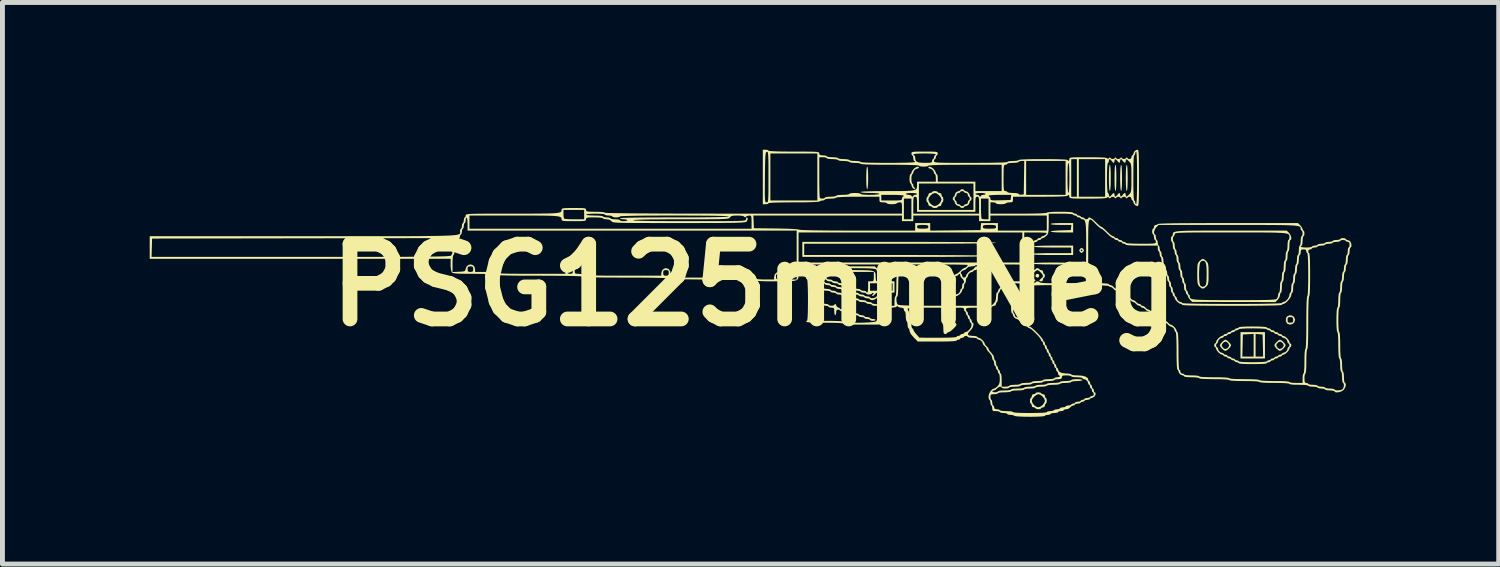
<source format=kicad_pcb>
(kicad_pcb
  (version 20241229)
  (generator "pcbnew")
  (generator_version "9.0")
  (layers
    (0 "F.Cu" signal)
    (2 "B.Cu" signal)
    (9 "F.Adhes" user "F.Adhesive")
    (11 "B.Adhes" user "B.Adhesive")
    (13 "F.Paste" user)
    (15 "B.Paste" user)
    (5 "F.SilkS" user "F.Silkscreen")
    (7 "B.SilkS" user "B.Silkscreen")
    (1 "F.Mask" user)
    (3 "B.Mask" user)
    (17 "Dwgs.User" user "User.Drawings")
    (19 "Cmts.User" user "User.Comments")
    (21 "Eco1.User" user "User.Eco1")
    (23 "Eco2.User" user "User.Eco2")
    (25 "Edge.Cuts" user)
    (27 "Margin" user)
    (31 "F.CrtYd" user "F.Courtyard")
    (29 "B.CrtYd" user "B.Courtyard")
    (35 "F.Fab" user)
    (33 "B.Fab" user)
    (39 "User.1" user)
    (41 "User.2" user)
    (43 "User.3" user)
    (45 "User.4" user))
  (footprint "PSG125mmNeg"
    (layer "F.Cu")
    (at 12.317 2.758)
    (property "Reference" "PSG125mmNeg" (at 0 0 0) (layer "F.SilkS") (effects (font (size 1.524 1.524) (thickness 0.3))))
    (attr board_only exclude_from_pos_files exclude_from_bom)
    (fp_poly (pts (xy 5.798 -0.216) (xy 5.804 -0.192) (xy 5.791 -0.16) (xy 5.766 -0.153) (xy 5.734 -0.167) (xy 5.727 -0.192) (xy 5.741 -0.224) (xy 5.766 -0.23)) (stroke (width 0) (type solid)) (fill yes) (layer "F.SilkS"))
    (fp_poly (pts (xy 6.296 -0.216) (xy 6.302 -0.192) (xy 6.289 -0.16) (xy 6.264 -0.153) (xy 6.232 -0.167) (xy 6.225 -0.192) (xy 6.239 -0.224) (xy 6.264 -0.23)) (stroke (width 0) (type solid)) (fill yes) (layer "F.SilkS"))
    (fp_poly (pts (xy 4.721 -0.106) (xy 4.731 -0.072) (xy 4.731 -0.057) (xy 4.725 -0.015) (xy 4.703 -0.001) (xy 4.693 0) (xy 4.665 -0.009) (xy 4.655 -0.043) (xy 4.655 -0.057) (xy 4.661 -0.1) (xy 4.683 -0.114) (xy 4.693 -0.115)) (stroke (width 0) (type solid)) (fill yes) (layer "F.SilkS"))
    (fp_poly (pts (xy 4.836 -0.374) (xy 4.846 -0.34) (xy 4.846 -0.326) (xy 4.84 -0.284) (xy 4.818 -0.269) (xy 4.808 -0.268) (xy 4.78 -0.277) (xy 4.77 -0.311) (xy 4.77 -0.326) (xy 4.776 -0.368) (xy 4.798 -0.383) (xy 4.808 -0.383)) (stroke (width 0) (type solid)) (fill yes) (layer "F.SilkS"))
    (fp_poly (pts (xy 2.307 -2.395) (xy 2.313 -2.343) (xy 2.317 -2.261) (xy 2.318 -2.184) (xy 2.316 -2.083) (xy 2.312 -2.008) (xy 2.305 -1.964) (xy 2.299 -1.954) (xy 2.29 -1.972) (xy 2.284 -2.025) (xy 2.28 -2.106) (xy 2.279 -2.184) (xy 2.281 -2.285) (xy 2.285 -2.359) (xy 2.292 -2.403) (xy 2.299 -2.414)) (stroke (width 0) (type solid)) (fill yes) (layer "F.SilkS"))
    (fp_poly (pts (xy 7.249 -2.433) (xy 7.255 -2.38) (xy 7.259 -2.296) (xy 7.26 -2.184) (xy 7.26 -2.184) (xy 7.259 -2.072) (xy 7.255 -1.987) (xy 7.249 -1.934) (xy 7.241 -1.916) (xy 7.241 -1.916) (xy 7.233 -1.934) (xy 7.227 -1.987) (xy 7.223 -2.072) (xy 7.222 -2.183) (xy 7.222 -2.184) (xy 7.223 -2.296) (xy 7.227 -2.38) (xy 7.233 -2.433) (xy 7.241 -2.452) (xy 7.241 -2.452)) (stroke (width 0) (type solid)) (fill yes) (layer "F.SilkS"))
    (fp_poly (pts (xy 7.364 -2.433) (xy 7.37 -2.38) (xy 7.373 -2.296) (xy 7.375 -2.184) (xy 7.375 -2.184) (xy 7.373 -2.072) (xy 7.37 -1.987) (xy 7.364 -1.934) (xy 7.356 -1.916) (xy 7.356 -1.916) (xy 7.348 -1.934) (xy 7.342 -1.987) (xy 7.338 -2.072) (xy 7.337 -2.183) (xy 7.337 -2.184) (xy 7.338 -2.296) (xy 7.342 -2.38) (xy 7.348 -2.433) (xy 7.356 -2.452) (xy 7.356 -2.452)) (stroke (width 0) (type solid)) (fill yes) (layer "F.SilkS"))
    (fp_poly (pts (xy 7.479 -2.433) (xy 7.485 -2.38) (xy 7.488 -2.296) (xy 7.49 -2.184) (xy 7.49 -2.184) (xy 7.488 -2.072) (xy 7.485 -1.987) (xy 7.479 -1.934) (xy 7.471 -1.916) (xy 7.471 -1.916) (xy 7.463 -1.934) (xy 7.457 -1.987) (xy 7.453 -2.072) (xy 7.451 -2.183) (xy 7.451 -2.184) (xy 7.453 -2.296) (xy 7.457 -2.38) (xy 7.463 -2.433) (xy 7.471 -2.452) (xy 7.471 -2.452)) (stroke (width 0) (type solid)) (fill yes) (layer "F.SilkS"))
    (fp_poly (pts (xy 7.594 -2.433) (xy 7.6 -2.38) (xy 7.603 -2.296) (xy 7.605 -2.184) (xy 7.605 -2.184) (xy 7.603 -2.072) (xy 7.6 -1.987) (xy 7.594 -1.934) (xy 7.586 -1.916) (xy 7.586 -1.916) (xy 7.578 -1.934) (xy 7.572 -1.987) (xy 7.568 -2.072) (xy 7.566 -2.183) (xy 7.566 -2.184) (xy 7.568 -2.296) (xy 7.571 -2.38) (xy 7.578 -2.433) (xy 7.586 -2.452) (xy 7.586 -2.452)) (stroke (width 0) (type solid)) (fill yes) (layer "F.SilkS"))
    (fp_poly (pts (xy 10.401 1.494) (xy 9.903 1.494) (xy 9.903 1.456) (xy 9.94 1.456) (xy 10.171 1.456) (xy 10.171 0.994) (xy 10.061 1) (xy 9.951 1.006) (xy 9.946 1.231) (xy 9.94 1.456) (xy 9.903 1.456) (xy 9.903 0.994) (xy 10.21 0.994) (xy 10.21 1.456) (xy 10.364 1.456) (xy 10.359 1.231) (xy 10.353 1.006) (xy 10.282 1) (xy 10.21 0.994) (xy 9.903 0.994) (xy 9.903 0.958) (xy 10.401 0.958)) (stroke (width 0) (type solid)) (fill yes) (layer "F.SilkS"))
    (fp_poly (pts (xy 6.494 -1.073) (xy 6.264 -1.073) (xy 6.168 -1.074) (xy 6.094 -1.078) (xy 6.047 -1.085) (xy 6.034 -1.091) (xy 6.052 -1.099) (xy 6.101 -1.107) (xy 6.174 -1.112) (xy 6.24 -1.115) (xy 6.446 -1.121) (xy 6.452 -1.173) (xy 6.458 -1.226) (xy 6.246 -1.226) (xy 6.15 -1.228) (xy 6.081 -1.232) (xy 6.041 -1.24) (xy 6.034 -1.245) (xy 6.052 -1.254) (xy 6.105 -1.26) (xy 6.186 -1.263) (xy 6.264 -1.264) (xy 6.494 -1.264)) (stroke (width 0) (type solid)) (fill yes) (layer "F.SilkS"))
    (fp_poly (pts (xy 6.686 -0.749) (xy 6.696 -0.739) (xy 6.716 -0.712) (xy 6.706 -0.689) (xy 6.698 -0.68) (xy 6.67 -0.656) (xy 6.652 -0.66) (xy 6.631 -0.681) (xy 6.617 -0.709) (xy 6.617 -0.709) (xy 6.647 -0.709) (xy 6.661 -0.69) (xy 6.666 -0.69) (xy 6.685 -0.704) (xy 6.685 -0.709) (xy 6.671 -0.727) (xy 6.666 -0.728) (xy 6.647 -0.713) (xy 6.647 -0.709) (xy 6.617 -0.709) (xy 6.633 -0.736) (xy 6.636 -0.739) (xy 6.663 -0.759)) (stroke (width 0) (type solid)) (fill yes) (layer "F.SilkS"))
    (fp_poly (pts (xy 6.494 -0.613) (xy 6.072 -0.613) (xy 5.923 -0.614) (xy 5.804 -0.616) (xy 5.718 -0.62) (xy 5.666 -0.626) (xy 5.651 -0.632) (xy 5.67 -0.639) (xy 5.725 -0.645) (xy 5.814 -0.648) (xy 5.935 -0.651) (xy 6.053 -0.651) (xy 6.455 -0.651) (xy 6.455 -0.766) (xy 6.072 -0.766) (xy 5.931 -0.767) (xy 5.821 -0.77) (xy 5.742 -0.774) (xy 5.698 -0.78) (xy 5.689 -0.785) (xy 5.708 -0.792) (xy 5.763 -0.798) (xy 5.852 -0.802) (xy 5.973 -0.804) (xy 6.091 -0.805) (xy 6.494 -0.805)) (stroke (width 0) (type solid)) (fill yes) (layer "F.SilkS"))
    (fp_poly (pts (xy 10.95 0.619) (xy 10.992 0.648) (xy 11.014 0.697) (xy 11.014 0.709) (xy 10.999 0.759) (xy 10.96 0.793) (xy 10.91 0.805) (xy 10.862 0.789) (xy 10.847 0.776) (xy 10.825 0.726) (xy 10.827 0.709) (xy 10.861 0.709) (xy 10.866 0.749) (xy 10.888 0.764) (xy 10.919 0.766) (xy 10.959 0.761) (xy 10.974 0.739) (xy 10.976 0.709) (xy 10.971 0.668) (xy 10.949 0.653) (xy 10.919 0.651) (xy 10.878 0.656) (xy 10.863 0.678) (xy 10.861 0.709) (xy 10.827 0.709) (xy 10.831 0.67) (xy 10.85 0.64) (xy 10.898 0.615)) (stroke (width 0) (type solid)) (fill yes) (layer "F.SilkS"))
    (fp_poly (pts (xy 6.245 -0.459) (xy 6.368 -0.457) (xy 6.458 -0.453) (xy 6.513 -0.447) (xy 6.532 -0.441) (xy 6.532 -0.441) (xy 6.549 -0.43) (xy 6.593 -0.423) (xy 6.628 -0.421) (xy 6.682 -0.418) (xy 6.717 -0.409) (xy 6.724 -0.402) (xy 6.706 -0.391) (xy 6.662 -0.384) (xy 6.628 -0.383) (xy 6.573 -0.387) (xy 6.538 -0.395) (xy 6.532 -0.402) (xy 6.513 -0.409) (xy 6.458 -0.414) (xy 6.368 -0.418) (xy 6.245 -0.421) (xy 6.092 -0.421) (xy 6.091 -0.421) (xy 5.938 -0.422) (xy 5.815 -0.425) (xy 5.725 -0.429) (xy 5.67 -0.434) (xy 5.651 -0.441) (xy 5.651 -0.441) (xy 5.67 -0.447) (xy 5.725 -0.453) (xy 5.815 -0.457) (xy 5.938 -0.459) (xy 6.091 -0.46) (xy 6.091 -0.46)) (stroke (width 0) (type solid)) (fill yes) (layer "F.SilkS"))
    (fp_poly (pts (xy 9.625 1.125) (xy 9.663 1.157) (xy 9.696 1.194) (xy 9.712 1.224) (xy 9.712 1.226) (xy 9.698 1.256) (xy 9.665 1.293) (xy 9.626 1.326) (xy 9.594 1.34) (xy 9.593 1.34) (xy 9.564 1.326) (xy 9.527 1.294) (xy 9.525 1.292) (xy 9.495 1.255) (xy 9.482 1.227) (xy 9.482 1.226) (xy 9.482 1.225) (xy 9.52 1.225) (xy 9.535 1.262) (xy 9.569 1.293) (xy 9.593 1.302) (xy 9.627 1.29) (xy 9.646 1.275) (xy 9.669 1.242) (xy 9.673 1.226) (xy 9.659 1.192) (xy 9.626 1.161) (xy 9.597 1.149) (xy 9.563 1.164) (xy 9.532 1.196) (xy 9.52 1.225) (xy 9.482 1.225) (xy 9.495 1.197) (xy 9.528 1.16) (xy 9.565 1.127) (xy 9.595 1.111) (xy 9.597 1.111)) (stroke (width 0) (type solid)) (fill yes) (layer "F.SilkS"))
    (fp_poly (pts (xy 10.736 1.125) (xy 10.774 1.157) (xy 10.807 1.194) (xy 10.823 1.224) (xy 10.823 1.226) (xy 10.809 1.256) (xy 10.776 1.293) (xy 10.737 1.326) (xy 10.705 1.34) (xy 10.704 1.34) (xy 10.675 1.326) (xy 10.638 1.294) (xy 10.636 1.292) (xy 10.606 1.255) (xy 10.593 1.227) (xy 10.593 1.226) (xy 10.593 1.225) (xy 10.631 1.225) (xy 10.646 1.262) (xy 10.68 1.293) (xy 10.704 1.302) (xy 10.738 1.29) (xy 10.757 1.275) (xy 10.78 1.242) (xy 10.784 1.226) (xy 10.77 1.192) (xy 10.737 1.161) (xy 10.708 1.149) (xy 10.674 1.164) (xy 10.643 1.196) (xy 10.631 1.225) (xy 10.593 1.225) (xy 10.606 1.197) (xy 10.639 1.16) (xy 10.676 1.127) (xy 10.706 1.111) (xy 10.708 1.111)) (stroke (width 0) (type solid)) (fill yes) (layer "F.SilkS"))
    (fp_poly (pts (xy 3.349 -2.406) (xy 3.352 -2.394) (xy 3.337 -2.378) (xy 3.322 -2.375) (xy 3.279 -2.359) (xy 3.246 -2.321) (xy 3.237 -2.29) (xy 3.227 -2.264) (xy 3.218 -2.26) (xy 3.207 -2.243) (xy 3.2 -2.199) (xy 3.199 -2.165) (xy 3.202 -2.11) (xy 3.211 -2.075) (xy 3.218 -2.069) (xy 3.234 -2.053) (xy 3.237 -2.03) (xy 3.245 -1.999) (xy 3.256 -1.992) (xy 3.275 -1.978) (xy 3.276 -1.973) (xy 3.265 -1.955) (xy 3.239 -1.967) (xy 3.223 -1.982) (xy 3.202 -2.021) (xy 3.199 -2.039) (xy 3.189 -2.065) (xy 3.18 -2.069) (xy 3.169 -2.086) (xy 3.162 -2.13) (xy 3.161 -2.165) (xy 3.164 -2.219) (xy 3.173 -2.254) (xy 3.18 -2.26) (xy 3.197 -2.276) (xy 3.199 -2.29) (xy 3.212 -2.323) (xy 3.243 -2.363) (xy 3.246 -2.367) (xy 3.288 -2.399) (xy 3.326 -2.413)) (stroke (width 0) (type solid)) (fill yes) (layer "F.SilkS"))
    (fp_poly (pts (xy 3.313 -0.881) (xy 3.64 -0.88) (xy 3.93 -0.879) (xy 4.184 -0.878) (xy 4.401 -0.877) (xy 4.58 -0.875) (xy 4.722 -0.872) (xy 4.827 -0.869) (xy 4.893 -0.866) (xy 4.922 -0.863) (xy 4.923 -0.862) (xy 4.904 -0.858) (xy 4.847 -0.855) (xy 4.752 -0.852) (xy 4.619 -0.85) (xy 4.449 -0.848) (xy 4.241 -0.846) (xy 3.997 -0.845) (xy 3.716 -0.844) (xy 3.398 -0.843) (xy 3.044 -0.843) (xy 2.969 -0.843) (xy 1.015 -0.843) (xy 1.015 -0.613) (xy 2.912 -0.613) (xy 3.267 -0.613) (xy 3.586 -0.612) (xy 3.869 -0.611) (xy 4.115 -0.61) (xy 4.324 -0.608) (xy 4.496 -0.606) (xy 4.631 -0.604) (xy 4.728 -0.601) (xy 4.787 -0.598) (xy 4.808 -0.594) (xy 4.808 -0.594) (xy 4.789 -0.59) (xy 4.732 -0.587) (xy 4.637 -0.584) (xy 4.504 -0.582) (xy 4.334 -0.58) (xy 4.126 -0.578) (xy 3.882 -0.576) (xy 3.601 -0.576) (xy 3.284 -0.575) (xy 2.93 -0.575) (xy 2.892 -0.575) (xy 0.977 -0.575) (xy 0.977 -0.881) (xy 2.95 -0.881)) (stroke (width 0) (type solid)) (fill yes) (layer "F.SilkS"))
    (fp_poly (pts (xy 5.797 -0.337) (xy 5.804 -0.326) (xy 5.82 -0.31) (xy 5.842 -0.306) (xy 5.874 -0.293) (xy 5.881 -0.268) (xy 5.889 -0.237) (xy 5.9 -0.23) (xy 5.915 -0.214) (xy 5.919 -0.192) (xy 5.911 -0.16) (xy 5.9 -0.153) (xy 5.884 -0.137) (xy 5.881 -0.115) (xy 5.867 -0.083) (xy 5.842 -0.077) (xy 5.811 -0.083) (xy 5.804 -0.092) (xy 5.818 -0.113) (xy 5.842 -0.134) (xy 5.872 -0.165) (xy 5.881 -0.187) (xy 5.867 -0.218) (xy 5.835 -0.257) (xy 5.798 -0.291) (xy 5.767 -0.306) (xy 5.766 -0.306) (xy 5.736 -0.292) (xy 5.698 -0.259) (xy 5.666 -0.22) (xy 5.651 -0.188) (xy 5.651 -0.187) (xy 5.665 -0.157) (xy 5.689 -0.134) (xy 5.719 -0.107) (xy 5.727 -0.092) (xy 5.711 -0.079) (xy 5.689 -0.077) (xy 5.657 -0.09) (xy 5.651 -0.115) (xy 5.643 -0.146) (xy 5.632 -0.153) (xy 5.616 -0.169) (xy 5.613 -0.192) (xy 5.621 -0.223) (xy 5.632 -0.23) (xy 5.647 -0.246) (xy 5.651 -0.268) (xy 5.664 -0.3) (xy 5.689 -0.306) (xy 5.72 -0.315) (xy 5.727 -0.326) (xy 5.743 -0.341) (xy 5.766 -0.345)) (stroke (width 0) (type solid)) (fill yes) (layer "F.SilkS"))
    (fp_poly (pts (xy 6.295 -0.337) (xy 6.302 -0.326) (xy 6.318 -0.31) (xy 6.34 -0.306) (xy 6.372 -0.293) (xy 6.379 -0.268) (xy 6.387 -0.237) (xy 6.398 -0.23) (xy 6.413 -0.214) (xy 6.417 -0.192) (xy 6.409 -0.16) (xy 6.398 -0.153) (xy 6.382 -0.137) (xy 6.379 -0.115) (xy 6.365 -0.083) (xy 6.34 -0.077) (xy 6.309 -0.083) (xy 6.302 -0.092) (xy 6.316 -0.113) (xy 6.34 -0.134) (xy 6.37 -0.165) (xy 6.379 -0.187) (xy 6.365 -0.218) (xy 6.333 -0.257) (xy 6.296 -0.291) (xy 6.265 -0.306) (xy 6.264 -0.306) (xy 6.234 -0.293) (xy 6.196 -0.259) (xy 6.164 -0.22) (xy 6.149 -0.189) (xy 6.149 -0.187) (xy 6.164 -0.159) (xy 6.187 -0.139) (xy 6.217 -0.113) (xy 6.225 -0.096) (xy 6.209 -0.08) (xy 6.187 -0.077) (xy 6.155 -0.09) (xy 6.149 -0.115) (xy 6.141 -0.146) (xy 6.13 -0.153) (xy 6.114 -0.169) (xy 6.111 -0.192) (xy 6.119 -0.223) (xy 6.13 -0.23) (xy 6.145 -0.246) (xy 6.149 -0.268) (xy 6.162 -0.3) (xy 6.187 -0.306) (xy 6.218 -0.315) (xy 6.225 -0.326) (xy 6.242 -0.341) (xy 6.264 -0.345)) (stroke (width 0) (type solid)) (fill yes) (layer "F.SilkS"))
    (fp_poly (pts (xy 9.164 -0.524) (xy 9.201 -0.493) (xy 9.205 -0.489) (xy 9.226 -0.466) (xy 9.239 -0.441) (xy 9.247 -0.405) (xy 9.251 -0.351) (xy 9.252 -0.27) (xy 9.252 -0.23) (xy 9.252 -0.136) (xy 9.249 -0.072) (xy 9.243 -0.031) (xy 9.232 -0.002) (xy 9.214 0.021) (xy 9.205 0.03) (xy 9.158 0.067) (xy 9.119 0.07) (xy 9.076 0.039) (xy 9.065 0.028) (xy 9.046 0.005) (xy 9.034 -0.023) (xy 9.027 -0.062) (xy 9.023 -0.122) (xy 9.022 -0.211) (xy 9.022 -0.214) (xy 9.059 -0.214) (xy 9.061 -0.13) (xy 9.067 -0.057) (xy 9.077 -0.006) (xy 9.084 0.01) (xy 9.126 0.036) (xy 9.171 0.024) (xy 9.186 0.011) (xy 9.199 -0.013) (xy 9.208 -0.059) (xy 9.212 -0.132) (xy 9.214 -0.23) (xy 9.212 -0.34) (xy 9.204 -0.417) (xy 9.19 -0.465) (xy 9.168 -0.491) (xy 9.137 -0.498) (xy 9.106 -0.486) (xy 9.088 -0.471) (xy 9.075 -0.439) (xy 9.066 -0.379) (xy 9.061 -0.301) (xy 9.059 -0.214) (xy 9.022 -0.214) (xy 9.022 -0.23) (xy 9.023 -0.324) (xy 9.025 -0.387) (xy 9.031 -0.429) (xy 9.043 -0.457) (xy 9.06 -0.48) (xy 9.069 -0.489) (xy 9.107 -0.521) (xy 9.135 -0.536) (xy 9.137 -0.536)) (stroke (width 0) (type solid)) (fill yes) (layer "F.SilkS"))
    (fp_poly (pts (xy 3.718 -1.91) (xy 3.735 -1.897) (xy 3.735 -1.896) (xy 3.751 -1.881) (xy 3.774 -1.877) (xy 3.806 -1.864) (xy 3.812 -1.839) (xy 3.82 -1.808) (xy 3.831 -1.801) (xy 3.845 -1.784) (xy 3.85 -1.744) (xy 3.85 -1.743) (xy 3.845 -1.703) (xy 3.831 -1.686) (xy 3.831 -1.686) (xy 3.816 -1.67) (xy 3.812 -1.647) (xy 3.798 -1.615) (xy 3.774 -1.609) (xy 3.742 -1.601) (xy 3.735 -1.59) (xy 3.719 -1.576) (xy 3.679 -1.571) (xy 3.678 -1.571) (xy 3.637 -1.576) (xy 3.62 -1.59) (xy 3.62 -1.59) (xy 3.604 -1.605) (xy 3.582 -1.609) (xy 3.55 -1.623) (xy 3.544 -1.647) (xy 3.536 -1.678) (xy 3.525 -1.686) (xy 3.511 -1.702) (xy 3.505 -1.742) (xy 3.505 -1.743) (xy 3.505 -1.743) (xy 3.544 -1.743) (xy 3.56 -1.694) (xy 3.599 -1.647) (xy 3.648 -1.616) (xy 3.674 -1.61) (xy 3.717 -1.622) (xy 3.763 -1.654) (xy 3.765 -1.656) (xy 3.797 -1.7) (xy 3.812 -1.741) (xy 3.812 -1.743) (xy 3.796 -1.789) (xy 3.758 -1.836) (xy 3.71 -1.869) (xy 3.678 -1.877) (xy 3.632 -1.862) (xy 3.585 -1.823) (xy 3.552 -1.776) (xy 3.544 -1.743) (xy 3.505 -1.743) (xy 3.511 -1.783) (xy 3.524 -1.801) (xy 3.525 -1.801) (xy 3.54 -1.817) (xy 3.544 -1.839) (xy 3.557 -1.871) (xy 3.582 -1.877) (xy 3.613 -1.885) (xy 3.62 -1.896) (xy 3.637 -1.91) (xy 3.677 -1.916) (xy 3.678 -1.916)) (stroke (width 0) (type solid)) (fill yes) (layer "F.SilkS"))
    (fp_poly (pts (xy 5.825 2.189) (xy 5.842 2.203) (xy 5.842 2.203) (xy 5.858 2.218) (xy 5.881 2.222) (xy 5.913 2.236) (xy 5.919 2.26) (xy 5.927 2.291) (xy 5.938 2.299) (xy 5.952 2.315) (xy 5.957 2.355) (xy 5.957 2.356) (xy 5.952 2.396) (xy 5.938 2.414) (xy 5.938 2.414) (xy 5.923 2.43) (xy 5.919 2.452) (xy 5.905 2.484) (xy 5.881 2.49) (xy 5.85 2.498) (xy 5.842 2.509) (xy 5.826 2.523) (xy 5.786 2.529) (xy 5.785 2.529) (xy 5.745 2.523) (xy 5.727 2.51) (xy 5.727 2.509) (xy 5.711 2.494) (xy 5.689 2.49) (xy 5.657 2.477) (xy 5.651 2.452) (xy 5.643 2.421) (xy 5.632 2.414) (xy 5.618 2.397) (xy 5.613 2.358) (xy 5.651 2.358) (xy 5.667 2.406) (xy 5.706 2.452) (xy 5.755 2.483) (xy 5.781 2.489) (xy 5.824 2.477) (xy 5.87 2.445) (xy 5.872 2.443) (xy 5.904 2.4) (xy 5.919 2.358) (xy 5.919 2.356) (xy 5.904 2.311) (xy 5.866 2.264) (xy 5.819 2.231) (xy 5.787 2.222) (xy 5.743 2.237) (xy 5.697 2.275) (xy 5.662 2.321) (xy 5.651 2.358) (xy 5.613 2.358) (xy 5.613 2.357) (xy 5.613 2.356) (xy 5.618 2.316) (xy 5.631 2.299) (xy 5.632 2.299) (xy 5.647 2.283) (xy 5.651 2.26) (xy 5.664 2.228) (xy 5.689 2.222) (xy 5.72 2.214) (xy 5.727 2.203) (xy 5.744 2.189) (xy 5.784 2.184) (xy 5.785 2.184)) (stroke (width 0) (type solid)) (fill yes) (layer "F.SilkS"))
    (fp_poly (pts (xy 4.264 -1.946) (xy 4.272 -1.935) (xy 4.287 -1.918) (xy 4.302 -1.916) (xy 4.345 -1.899) (xy 4.378 -1.862) (xy 4.387 -1.831) (xy 4.397 -1.804) (xy 4.406 -1.801) (xy 4.421 -1.785) (xy 4.425 -1.762) (xy 4.417 -1.731) (xy 4.406 -1.724) (xy 4.389 -1.708) (xy 4.387 -1.694) (xy 4.374 -1.656) (xy 4.359 -1.636) (xy 4.322 -1.613) (xy 4.302 -1.609) (xy 4.275 -1.599) (xy 4.272 -1.59) (xy 4.256 -1.574) (xy 4.233 -1.571) (xy 4.202 -1.579) (xy 4.195 -1.59) (xy 4.179 -1.607) (xy 4.165 -1.609) (xy 4.122 -1.625) (xy 4.089 -1.663) (xy 4.08 -1.694) (xy 4.07 -1.72) (xy 4.061 -1.724) (xy 4.045 -1.74) (xy 4.042 -1.762) (xy 4.08 -1.762) (xy 4.088 -1.731) (xy 4.099 -1.724) (xy 4.115 -1.708) (xy 4.118 -1.686) (xy 4.132 -1.654) (xy 4.157 -1.647) (xy 4.188 -1.639) (xy 4.195 -1.628) (xy 4.211 -1.613) (xy 4.233 -1.609) (xy 4.264 -1.617) (xy 4.272 -1.628) (xy 4.288 -1.644) (xy 4.31 -1.647) (xy 4.342 -1.661) (xy 4.348 -1.686) (xy 4.356 -1.717) (xy 4.367 -1.724) (xy 4.383 -1.74) (xy 4.387 -1.762) (xy 4.379 -1.793) (xy 4.367 -1.801) (xy 4.352 -1.817) (xy 4.348 -1.839) (xy 4.335 -1.871) (xy 4.31 -1.877) (xy 4.279 -1.885) (xy 4.272 -1.896) (xy 4.256 -1.912) (xy 4.233 -1.916) (xy 4.202 -1.908) (xy 4.195 -1.896) (xy 4.179 -1.881) (xy 4.157 -1.877) (xy 4.125 -1.864) (xy 4.118 -1.839) (xy 4.11 -1.808) (xy 4.099 -1.801) (xy 4.084 -1.785) (xy 4.08 -1.762) (xy 4.042 -1.762) (xy 4.05 -1.793) (xy 4.061 -1.801) (xy 4.078 -1.816) (xy 4.08 -1.831) (xy 4.093 -1.869) (xy 4.107 -1.888) (xy 4.145 -1.911) (xy 4.165 -1.916) (xy 4.191 -1.925) (xy 4.195 -1.935) (xy 4.211 -1.95) (xy 4.233 -1.954)) (stroke (width 0) (type solid)) (fill yes) (layer "F.SilkS"))
    (fp_poly (pts (xy 10.269 0.844) (xy 10.358 0.848) (xy 10.416 0.853) (xy 10.439 0.861) (xy 10.44 0.862) (xy 10.456 0.878) (xy 10.478 0.881) (xy 10.509 0.889) (xy 10.516 0.9) (xy 10.532 0.916) (xy 10.555 0.919) (xy 10.586 0.927) (xy 10.593 0.939) (xy 10.609 0.954) (xy 10.631 0.958) (xy 10.662 0.966) (xy 10.67 0.977) (xy 10.686 0.992) (xy 10.708 0.996) (xy 10.739 1.004) (xy 10.746 1.015) (xy 10.762 1.032) (xy 10.776 1.034) (xy 10.812 1.049) (xy 10.854 1.084) (xy 10.887 1.125) (xy 10.899 1.158) (xy 10.909 1.184) (xy 10.919 1.188) (xy 10.934 1.204) (xy 10.938 1.226) (xy 10.93 1.257) (xy 10.919 1.264) (xy 10.902 1.28) (xy 10.899 1.294) (xy 10.885 1.33) (xy 10.85 1.372) (xy 10.808 1.405) (xy 10.776 1.417) (xy 10.75 1.428) (xy 10.746 1.437) (xy 10.73 1.452) (xy 10.708 1.456) (xy 10.677 1.464) (xy 10.67 1.475) (xy 10.653 1.491) (xy 10.631 1.494) (xy 10.6 1.502) (xy 10.593 1.513) (xy 10.577 1.529) (xy 10.555 1.532) (xy 10.523 1.54) (xy 10.516 1.552) (xy 10.5 1.567) (xy 10.478 1.571) (xy 10.447 1.579) (xy 10.44 1.59) (xy 10.421 1.598) (xy 10.367 1.604) (xy 10.282 1.607) (xy 10.168 1.609) (xy 10.152 1.609) (xy 10.035 1.608) (xy 9.946 1.604) (xy 9.888 1.599) (xy 9.865 1.591) (xy 9.865 1.59) (xy 9.849 1.574) (xy 9.827 1.571) (xy 9.796 1.563) (xy 9.788 1.552) (xy 9.772 1.536) (xy 9.75 1.532) (xy 9.719 1.524) (xy 9.712 1.513) (xy 9.696 1.498) (xy 9.673 1.494) (xy 9.642 1.486) (xy 9.635 1.475) (xy 9.619 1.459) (xy 9.597 1.456) (xy 9.566 1.448) (xy 9.559 1.437) (xy 9.543 1.42) (xy 9.529 1.417) (xy 9.492 1.403) (xy 9.451 1.368) (xy 9.417 1.326) (xy 9.405 1.294) (xy 9.395 1.268) (xy 9.386 1.264) (xy 9.371 1.248) (xy 9.367 1.226) (xy 9.405 1.226) (xy 9.413 1.257) (xy 9.424 1.264) (xy 9.441 1.28) (xy 9.444 1.294) (xy 9.46 1.338) (xy 9.498 1.371) (xy 9.528 1.379) (xy 9.555 1.389) (xy 9.559 1.398) (xy 9.575 1.414) (xy 9.597 1.417) (xy 9.628 1.426) (xy 9.635 1.437) (xy 9.651 1.452) (xy 9.673 1.456) (xy 9.705 1.464) (xy 9.712 1.475) (xy 9.728 1.491) (xy 9.75 1.494) (xy 9.781 1.502) (xy 9.788 1.513) (xy 9.804 1.529) (xy 9.827 1.532) (xy 9.858 1.54) (xy 9.865 1.552) (xy 9.884 1.559) (xy 9.937 1.565) (xy 10.023 1.569) (xy 10.136 1.571) (xy 10.152 1.571) (xy 10.269 1.569) (xy 10.358 1.566) (xy 10.416 1.56) (xy 10.439 1.553) (xy 10.44 1.552) (xy 10.456 1.536) (xy 10.478 1.532) (xy 10.509 1.524) (xy 10.516 1.513) (xy 10.532 1.498) (xy 10.555 1.494) (xy 10.586 1.486) (xy 10.593 1.475) (xy 10.609 1.459) (xy 10.631 1.456) (xy 10.662 1.448) (xy 10.67 1.437) (xy 10.686 1.421) (xy 10.708 1.417) (xy 10.739 1.409) (xy 10.746 1.398) (xy 10.762 1.382) (xy 10.776 1.379) (xy 10.82 1.363) (xy 10.853 1.325) (xy 10.861 1.294) (xy 10.871 1.268) (xy 10.88 1.264) (xy 10.896 1.248) (xy 10.899 1.226) (xy 10.891 1.195) (xy 10.88 1.188) (xy 10.863 1.172) (xy 10.861 1.158) (xy 10.845 1.114) (xy 10.807 1.081) (xy 10.776 1.073) (xy 10.75 1.063) (xy 10.746 1.054) (xy 10.73 1.038) (xy 10.708 1.034) (xy 10.677 1.026) (xy 10.67 1.015) (xy 10.653 1) (xy 10.631 0.996) (xy 10.6 0.988) (xy 10.593 0.977) (xy 10.577 0.961) (xy 10.555 0.958) (xy 10.523 0.95) (xy 10.516 0.939) (xy 10.5 0.923) (xy 10.478 0.919) (xy 10.447 0.911) (xy 10.44 0.9) (xy 10.421 0.892) (xy 10.367 0.887) (xy 10.282 0.883) (xy 10.168 0.881) (xy 10.152 0.881) (xy 10.035 0.882) (xy 9.946 0.886) (xy 9.888 0.892) (xy 9.865 0.899) (xy 9.865 0.9) (xy 9.849 0.916) (xy 9.827 0.919) (xy 9.796 0.927) (xy 9.788 0.939) (xy 9.772 0.954) (xy 9.75 0.958) (xy 9.719 0.966) (xy 9.712 0.977) (xy 9.696 0.992) (xy 9.673 0.996) (xy 9.642 1.004) (xy 9.635 1.015) (xy 9.619 1.031) (xy 9.597 1.034) (xy 9.566 1.042) (xy 9.559 1.054) (xy 9.543 1.07) (xy 9.528 1.073) (xy 9.485 1.089) (xy 9.452 1.127) (xy 9.444 1.158) (xy 9.434 1.184) (xy 9.424 1.188) (xy 9.409 1.204) (xy 9.405 1.226) (xy 9.367 1.226) (xy 9.375 1.195) (xy 9.386 1.188) (xy 9.403 1.172) (xy 9.405 1.158) (xy 9.42 1.122) (xy 9.455 1.08) (xy 9.496 1.047) (xy 9.529 1.034) (xy 9.555 1.024) (xy 9.559 1.015) (xy 9.575 1) (xy 9.597 0.996) (xy 9.628 0.988) (xy 9.635 0.977) (xy 9.651 0.961) (xy 9.673 0.958) (xy 9.705 0.95) (xy 9.712 0.939) (xy 9.728 0.923) (xy 9.75 0.919) (xy 9.781 0.911) (xy 9.788 0.9) (xy 9.804 0.885) (xy 9.827 0.881) (xy 9.858 0.873) (xy 9.865 0.862) (xy 9.884 0.854) (xy 9.937 0.848) (xy 10.023 0.844) (xy 10.136 0.843) (xy 10.152 0.843)) (stroke (width 0) (type solid)) (fill yes) (layer "F.SilkS"))
    (fp_poly (pts (xy 10.891 -1.064) (xy 10.919 -1.024) (xy 10.935 -0.979) (xy 10.938 -0.94) (xy 10.924 -0.92) (xy 10.919 -0.919) (xy 10.908 -0.902) (xy 10.901 -0.856) (xy 10.899 -0.805) (xy 10.896 -0.743) (xy 10.889 -0.702) (xy 10.88 -0.69) (xy 10.869 -0.672) (xy 10.862 -0.628) (xy 10.861 -0.594) (xy 10.858 -0.539) (xy 10.849 -0.505) (xy 10.842 -0.498) (xy 10.832 -0.481) (xy 10.825 -0.435) (xy 10.823 -0.383) (xy 10.82 -0.322) (xy 10.812 -0.28) (xy 10.804 -0.268) (xy 10.793 -0.251) (xy 10.786 -0.207) (xy 10.784 -0.172) (xy 10.781 -0.118) (xy 10.772 -0.083) (xy 10.765 -0.077) (xy 10.755 -0.059) (xy 10.748 -0.014) (xy 10.746 0.038) (xy 10.743 0.1) (xy 10.736 0.141) (xy 10.727 0.153) (xy 10.713 0.17) (xy 10.708 0.202) (xy 10.695 0.249) (xy 10.663 0.296) (xy 10.661 0.298) (xy 10.614 0.345) (xy 9.765 0.344) (xy 8.917 0.342) (xy 8.874 0.296) (xy 8.844 0.256) (xy 8.831 0.222) (xy 8.831 0.221) (xy 8.82 0.195) (xy 8.811 0.192) (xy 8.796 0.176) (xy 8.792 0.153) (xy 8.784 0.122) (xy 8.773 0.115) (xy 8.761 0.098) (xy 8.754 0.055) (xy 8.754 0.038) (xy 8.75 -0.01) (xy 8.739 -0.036) (xy 8.735 -0.038) (xy 8.721 -0.055) (xy 8.716 -0.095) (xy 8.716 -0.096) (xy 8.71 -0.136) (xy 8.697 -0.153) (xy 8.697 -0.153) (xy 8.685 -0.17) (xy 8.678 -0.213) (xy 8.677 -0.23) (xy 8.673 -0.278) (xy 8.663 -0.305) (xy 8.658 -0.306) (xy 8.646 -0.323) (xy 8.64 -0.366) (xy 8.639 -0.383) (xy 8.635 -0.431) (xy 8.624 -0.458) (xy 8.62 -0.46) (xy 8.608 -0.477) (xy 8.601 -0.519) (xy 8.601 -0.536) (xy 8.597 -0.584) (xy 8.586 -0.611) (xy 8.582 -0.613) (xy 8.568 -0.63) (xy 8.562 -0.67) (xy 8.562 -0.67) (xy 8.557 -0.711) (xy 8.544 -0.728) (xy 8.543 -0.728) (xy 8.531 -0.745) (xy 8.525 -0.787) (xy 8.524 -0.805) (xy 8.52 -0.853) (xy 8.509 -0.879) (xy 8.505 -0.881) (xy 8.492 -0.898) (xy 8.486 -0.938) (xy 8.486 -0.939) (xy 8.524 -0.939) (xy 8.53 -0.898) (xy 8.543 -0.881) (xy 8.543 -0.881) (xy 8.555 -0.864) (xy 8.562 -0.822) (xy 8.562 -0.805) (xy 8.567 -0.757) (xy 8.577 -0.73) (xy 8.582 -0.728) (xy 8.595 -0.711) (xy 8.601 -0.671) (xy 8.601 -0.67) (xy 8.606 -0.63) (xy 8.62 -0.613) (xy 8.62 -0.613) (xy 8.632 -0.596) (xy 8.639 -0.554) (xy 8.639 -0.536) (xy 8.643 -0.488) (xy 8.654 -0.462) (xy 8.658 -0.46) (xy 8.67 -0.443) (xy 8.677 -0.4) (xy 8.677 -0.383) (xy 8.682 -0.335) (xy 8.692 -0.308) (xy 8.697 -0.306) (xy 8.709 -0.289) (xy 8.715 -0.247) (xy 8.716 -0.23) (xy 8.72 -0.182) (xy 8.731 -0.155) (xy 8.735 -0.153) (xy 8.748 -0.137) (xy 8.754 -0.096) (xy 8.754 -0.096) (xy 8.76 -0.055) (xy 8.773 -0.038) (xy 8.773 -0.038) (xy 8.785 -0.021) (xy 8.792 0.021) (xy 8.792 0.038) (xy 8.797 0.086) (xy 8.807 0.113) (xy 8.811 0.115) (xy 8.827 0.131) (xy 8.831 0.153) (xy 8.839 0.184) (xy 8.85 0.192) (xy 8.867 0.207) (xy 8.869 0.221) (xy 8.87 0.241) (xy 8.874 0.257) (xy 8.884 0.27) (xy 8.905 0.281) (xy 8.938 0.289) (xy 8.988 0.295) (xy 9.057 0.299) (xy 9.149 0.302) (xy 9.267 0.304) (xy 9.415 0.305) (xy 9.595 0.306) (xy 9.766 0.306) (xy 9.973 0.306) (xy 10.146 0.305) (xy 10.286 0.304) (xy 10.398 0.303) (xy 10.484 0.301) (xy 10.548 0.297) (xy 10.593 0.293) (xy 10.622 0.288) (xy 10.638 0.282) (xy 10.642 0.279) (xy 10.663 0.239) (xy 10.67 0.202) (xy 10.676 0.166) (xy 10.689 0.153) (xy 10.699 0.136) (xy 10.706 0.09) (xy 10.708 0.038) (xy 10.711 -0.023) (xy 10.718 -0.064) (xy 10.727 -0.077) (xy 10.738 -0.094) (xy 10.745 -0.138) (xy 10.746 -0.172) (xy 10.75 -0.227) (xy 10.758 -0.262) (xy 10.765 -0.268) (xy 10.776 -0.286) (xy 10.782 -0.331) (xy 10.784 -0.383) (xy 10.787 -0.444) (xy 10.795 -0.486) (xy 10.804 -0.498) (xy 10.815 -0.515) (xy 10.821 -0.559) (xy 10.823 -0.594) (xy 10.826 -0.648) (xy 10.835 -0.683) (xy 10.842 -0.69) (xy 10.852 -0.707) (xy 10.859 -0.753) (xy 10.861 -0.805) (xy 10.864 -0.866) (xy 10.872 -0.907) (xy 10.88 -0.919) (xy 10.894 -0.936) (xy 10.899 -0.969) (xy 10.9 -0.99) (xy 10.898 -1.008) (xy 10.893 -1.023) (xy 10.88 -1.036) (xy 10.857 -1.046) (xy 10.822 -1.054) (xy 10.771 -1.061) (xy 10.701 -1.065) (xy 10.611 -1.069) (xy 10.497 -1.071) (xy 10.356 -1.072) (xy 10.186 -1.073) (xy 9.983 -1.073) (xy 9.745 -1.073) (xy 9.704 -1.073) (xy 9.466 -1.073) (xy 9.264 -1.073) (xy 9.095 -1.072) (xy 8.955 -1.072) (xy 8.842 -1.071) (xy 8.753 -1.069) (xy 8.686 -1.067) (xy 8.636 -1.064) (xy 8.602 -1.06) (xy 8.581 -1.056) (xy 8.569 -1.05) (xy 8.564 -1.044) (xy 8.562 -1.036) (xy 8.562 -1.034) (xy 8.554 -1.003) (xy 8.543 -0.996) (xy 8.53 -0.979) (xy 8.524 -0.939) (xy 8.524 -0.939) (xy 8.486 -0.939) (xy 8.491 -0.979) (xy 8.505 -0.996) (xy 8.505 -0.996) (xy 8.522 -1.012) (xy 8.524 -1.026) (xy 8.524 -1.044) (xy 8.527 -1.058) (xy 8.535 -1.071) (xy 8.552 -1.081) (xy 8.579 -1.089) (xy 8.62 -1.096) (xy 8.677 -1.101) (xy 8.754 -1.105) (xy 8.853 -1.108) (xy 8.977 -1.109) (xy 9.129 -1.11) (xy 9.311 -1.111) (xy 9.527 -1.111) (xy 9.711 -1.111) (xy 10.844 -1.111)) (stroke (width 0) (type solid)) (fill yes) (layer "F.SilkS"))
    (fp_poly (pts (xy 0.27 -2.753) (xy 0.287 -2.739) (xy 0.287 -2.739) (xy 0.306 -2.733) (xy 0.362 -2.728) (xy 0.453 -2.724) (xy 0.578 -2.721) (xy 0.735 -2.72) (xy 0.805 -2.72) (xy 0.959 -2.72) (xy 1.078 -2.719) (xy 1.169 -2.718) (xy 1.233 -2.716) (xy 1.277 -2.713) (xy 1.303 -2.707) (xy 1.316 -2.7) (xy 1.321 -2.691) (xy 1.322 -2.682) (xy 1.328 -2.657) (xy 1.354 -2.646) (xy 1.398 -2.643) (xy 1.446 -2.639) (xy 1.473 -2.629) (xy 1.475 -2.624) (xy 1.492 -2.614) (xy 1.538 -2.607) (xy 1.59 -2.605) (xy 1.651 -2.602) (xy 1.693 -2.595) (xy 1.705 -2.586) (xy 1.722 -2.576) (xy 1.768 -2.569) (xy 1.82 -2.567) (xy 1.881 -2.564) (xy 1.922 -2.556) (xy 1.935 -2.548) (xy 1.952 -2.537) (xy 1.998 -2.531) (xy 2.05 -2.529) (xy 2.111 -2.526) (xy 2.152 -2.518) (xy 2.165 -2.509) (xy 2.183 -2.503) (xy 2.239 -2.498) (xy 2.331 -2.494) (xy 2.457 -2.492) (xy 2.616 -2.49) (xy 2.72 -2.49) (xy 2.897 -2.491) (xy 3.042 -2.493) (xy 3.153 -2.496) (xy 3.229 -2.5) (xy 3.269 -2.506) (xy 3.276 -2.509) (xy 3.261 -2.528) (xy 3.256 -2.529) (xy 3.243 -2.545) (xy 3.237 -2.585) (xy 3.237 -2.586) (xy 3.232 -2.626) (xy 3.218 -2.643) (xy 3.218 -2.643) (xy 3.203 -2.659) (xy 3.202 -2.663) (xy 3.237 -2.663) (xy 3.252 -2.644) (xy 3.256 -2.643) (xy 3.271 -2.627) (xy 3.276 -2.595) (xy 3.282 -2.547) (xy 3.304 -2.517) (xy 3.35 -2.499) (xy 3.424 -2.492) (xy 3.472 -2.491) (xy 3.547 -2.491) (xy 3.591 -2.495) (xy 3.613 -2.504) (xy 3.62 -2.52) (xy 3.62 -2.529) (xy 3.628 -2.56) (xy 3.64 -2.567) (xy 3.655 -2.583) (xy 3.659 -2.605) (xy 3.667 -2.636) (xy 3.678 -2.643) (xy 3.696 -2.658) (xy 3.697 -2.663) (xy 3.679 -2.671) (xy 3.626 -2.677) (xy 3.544 -2.681) (xy 3.467 -2.682) (xy 3.366 -2.68) (xy 3.292 -2.676) (xy 3.248 -2.669) (xy 3.237 -2.663) (xy 3.202 -2.663) (xy 3.199 -2.682) (xy 3.201 -2.697) (xy 3.211 -2.707) (xy 3.235 -2.714) (xy 3.278 -2.718) (xy 3.347 -2.72) (xy 3.447 -2.72) (xy 3.467 -2.72) (xy 3.573 -2.72) (xy 3.647 -2.718) (xy 3.694 -2.715) (xy 3.721 -2.709) (xy 3.732 -2.699) (xy 3.735 -2.685) (xy 3.735 -2.682) (xy 3.727 -2.651) (xy 3.716 -2.643) (xy 3.701 -2.627) (xy 3.697 -2.605) (xy 3.689 -2.574) (xy 3.678 -2.567) (xy 3.662 -2.551) (xy 3.659 -2.529) (xy 3.66 -2.519) (xy 3.665 -2.511) (xy 3.678 -2.505) (xy 3.702 -2.5) (xy 3.741 -2.496) (xy 3.798 -2.494) (xy 3.878 -2.492) (xy 3.982 -2.491) (xy 4.116 -2.49) (xy 4.283 -2.49) (xy 4.406 -2.49) (xy 4.617 -2.491) (xy 4.794 -2.492) (xy 4.937 -2.495) (xy 5.044 -2.498) (xy 5.115 -2.502) (xy 5.15 -2.507) (xy 5.153 -2.509) (xy 5.17 -2.52) (xy 5.216 -2.526) (xy 5.268 -2.529) (xy 5.329 -2.531) (xy 5.37 -2.539) (xy 5.383 -2.548) (xy 5.402 -2.554) (xy 5.457 -2.559) (xy 5.548 -2.563) (xy 5.672 -2.566) (xy 5.829 -2.567) (xy 5.881 -2.567) (xy 6.046 -2.566) (xy 6.18 -2.564) (xy 6.281 -2.56) (xy 6.347 -2.556) (xy 6.377 -2.55) (xy 6.379 -2.548) (xy 6.393 -2.529) (xy 6.398 -2.529) (xy 6.413 -2.545) (xy 6.417 -2.567) (xy 6.419 -2.58) (xy 6.426 -2.59) (xy 6.445 -2.596) (xy 6.481 -2.601) (xy 6.537 -2.603) (xy 6.62 -2.605) (xy 6.734 -2.605) (xy 6.799 -2.605) (xy 6.938 -2.604) (xy 7.042 -2.602) (xy 7.116 -2.599) (xy 7.163 -2.593) (xy 7.186 -2.586) (xy 7.19 -2.581) (xy 7.203 -2.569) (xy 7.222 -2.586) (xy 7.242 -2.603) (xy 7.253 -2.591) (xy 7.279 -2.57) (xy 7.316 -2.57) (xy 7.343 -2.589) (xy 7.344 -2.591) (xy 7.357 -2.605) (xy 7.367 -2.591) (xy 7.393 -2.57) (xy 7.413 -2.567) (xy 7.448 -2.578) (xy 7.459 -2.591) (xy 7.472 -2.605) (xy 7.482 -2.591) (xy 7.509 -2.57) (xy 7.547 -2.57) (xy 7.574 -2.59) (xy 7.574 -2.591) (xy 7.587 -2.605) (xy 7.597 -2.591) (xy 7.623 -2.568) (xy 7.656 -2.57) (xy 7.679 -2.592) (xy 7.681 -2.605) (xy 7.689 -2.636) (xy 7.7 -2.643) (xy 7.717 -2.659) (xy 7.72 -2.674) (xy 7.736 -2.717) (xy 7.774 -2.75) (xy 7.804 -2.758) (xy 7.813 -2.755) (xy 7.82 -2.742) (xy 7.825 -2.716) (xy 7.829 -2.672) (xy 7.832 -2.607) (xy 7.833 -2.516) (xy 7.834 -2.397) (xy 7.835 -2.245) (xy 7.835 -2.184) (xy 7.834 -2.019) (xy 7.834 -1.889) (xy 7.832 -1.789) (xy 7.83 -1.716) (xy 7.827 -1.665) (xy 7.822 -1.633) (xy 7.816 -1.616) (xy 7.808 -1.609) (xy 7.804 -1.609) (xy 7.761 -1.625) (xy 7.728 -1.663) (xy 7.72 -1.694) (xy 7.71 -1.72) (xy 7.7 -1.724) (xy 7.685 -1.74) (xy 7.681 -1.762) (xy 7.667 -1.792) (xy 7.636 -1.801) (xy 7.605 -1.788) (xy 7.597 -1.777) (xy 7.584 -1.763) (xy 7.574 -1.777) (xy 7.548 -1.797) (xy 7.528 -1.801) (xy 7.493 -1.789) (xy 7.482 -1.777) (xy 7.469 -1.763) (xy 7.459 -1.777) (xy 7.433 -1.797) (xy 7.413 -1.801) (xy 7.378 -1.789) (xy 7.367 -1.777) (xy 7.354 -1.763) (xy 7.344 -1.777) (xy 7.318 -1.797) (xy 7.281 -1.798) (xy 7.254 -1.779) (xy 7.253 -1.777) (xy 7.24 -1.764) (xy 7.222 -1.781) (xy 7.201 -1.799) (xy 7.19 -1.786) (xy 7.176 -1.778) (xy 7.141 -1.771) (xy 7.08 -1.766) (xy 6.99 -1.764) (xy 6.868 -1.762) (xy 6.799 -1.762) (xy 6.669 -1.762) (xy 6.572 -1.763) (xy 6.504 -1.765) (xy 6.46 -1.769) (xy 6.434 -1.774) (xy 6.421 -1.783) (xy 6.417 -1.794) (xy 6.417 -1.801) (xy 6.455 -1.801) (xy 6.57 -1.801) (xy 6.609 -1.801) (xy 7.145 -1.801) (xy 7.145 -2.184) (xy 7.183 -2.184) (xy 7.184 -2.062) (xy 7.188 -1.968) (xy 7.193 -1.906) (xy 7.2 -1.878) (xy 7.202 -1.877) (xy 7.218 -1.861) (xy 7.222 -1.839) (xy 7.228 -1.808) (xy 7.236 -1.801) (xy 7.258 -1.814) (xy 7.279 -1.839) (xy 7.306 -1.868) (xy 7.322 -1.877) (xy 7.334 -1.861) (xy 7.337 -1.839) (xy 7.343 -1.808) (xy 7.351 -1.801) (xy 7.373 -1.814) (xy 7.394 -1.839) (xy 7.421 -1.868) (xy 7.437 -1.877) (xy 7.449 -1.861) (xy 7.451 -1.839) (xy 7.458 -1.808) (xy 7.466 -1.801) (xy 7.486 -1.815) (xy 7.504 -1.839) (xy 7.53 -1.869) (xy 7.547 -1.877) (xy 7.563 -1.861) (xy 7.566 -1.839) (xy 7.57 -1.808) (xy 7.585 -1.805) (xy 7.617 -1.831) (xy 7.634 -1.848) (xy 7.652 -1.867) (xy 7.665 -1.888) (xy 7.673 -1.918) (xy 7.678 -1.962) (xy 7.681 -2.027) (xy 7.681 -2.121) (xy 7.681 -2.182) (xy 7.681 -2.184) (xy 7.72 -2.184) (xy 7.72 -2.026) (xy 7.723 -1.899) (xy 7.726 -1.806) (xy 7.732 -1.747) (xy 7.738 -1.724) (xy 7.739 -1.724) (xy 7.754 -1.708) (xy 7.758 -1.686) (xy 7.766 -1.655) (xy 7.777 -1.647) (xy 7.783 -1.666) (xy 7.788 -1.722) (xy 7.792 -1.813) (xy 7.795 -1.939) (xy 7.796 -2.097) (xy 7.796 -2.184) (xy 7.796 -2.357) (xy 7.794 -2.498) (xy 7.79 -2.606) (xy 7.786 -2.679) (xy 7.78 -2.716) (xy 7.777 -2.72) (xy 7.762 -2.704) (xy 7.758 -2.682) (xy 7.75 -2.651) (xy 7.739 -2.643) (xy 7.732 -2.625) (xy 7.727 -2.569) (xy 7.723 -2.479) (xy 7.721 -2.356) (xy 7.72 -2.201) (xy 7.72 -2.184) (xy 7.681 -2.184) (xy 7.681 -2.293) (xy 7.68 -2.372) (xy 7.676 -2.426) (xy 7.67 -2.462) (xy 7.66 -2.486) (xy 7.644 -2.506) (xy 7.633 -2.518) (xy 7.594 -2.555) (xy 7.574 -2.564) (xy 7.567 -2.546) (xy 7.566 -2.529) (xy 7.557 -2.496) (xy 7.535 -2.496) (xy 7.505 -2.528) (xy 7.504 -2.529) (xy 7.48 -2.558) (xy 7.466 -2.567) (xy 7.454 -2.551) (xy 7.451 -2.529) (xy 7.444 -2.495) (xy 7.423 -2.497) (xy 7.394 -2.529) (xy 7.367 -2.558) (xy 7.351 -2.567) (xy 7.339 -2.551) (xy 7.337 -2.529) (xy 7.33 -2.497) (xy 7.322 -2.49) (xy 7.3 -2.504) (xy 7.279 -2.529) (xy 7.252 -2.558) (xy 7.236 -2.567) (xy 7.224 -2.551) (xy 7.222 -2.529) (xy 7.214 -2.497) (xy 7.202 -2.49) (xy 7.195 -2.472) (xy 7.189 -2.418) (xy 7.185 -2.331) (xy 7.183 -2.216) (xy 7.183 -2.184) (xy 7.145 -2.184) (xy 7.145 -2.567) (xy 6.609 -2.567) (xy 6.609 -1.801) (xy 6.57 -1.801) (xy 6.57 -2.567) (xy 6.455 -2.567) (xy 6.455 -1.801) (xy 6.417 -1.801) (xy 6.409 -1.832) (xy 6.398 -1.839) (xy 6.379 -1.824) (xy 6.379 -1.82) (xy 6.36 -1.814) (xy 6.304 -1.809) (xy 6.212 -1.805) (xy 6.087 -1.802) (xy 5.928 -1.801) (xy 5.823 -1.801) (xy 5.268 -1.801) (xy 5.268 -1.743) (xy 5.264 -1.704) (xy 5.245 -1.689) (xy 5.202 -1.686) (xy 5.154 -1.681) (xy 5.125 -1.668) (xy 5.124 -1.667) (xy 5.1 -1.655) (xy 5.055 -1.649) (xy 5.002 -1.648) (xy 4.955 -1.652) (xy 4.926 -1.661) (xy 4.923 -1.667) (xy 4.906 -1.68) (xy 4.866 -1.686) (xy 4.865 -1.686) (xy 4.808 -1.686) (xy 4.808 -1.456) (xy 5.383 -1.456) (xy 5.563 -1.456) (xy 5.711 -1.458) (xy 5.826 -1.461) (xy 5.906 -1.466) (xy 5.949 -1.471) (xy 5.957 -1.475) (xy 5.976 -1.483) (xy 6.029 -1.489) (xy 6.113 -1.493) (xy 6.225 -1.494) (xy 6.225 -1.494) (xy 6.337 -1.493) (xy 6.422 -1.489) (xy 6.475 -1.483) (xy 6.494 -1.475) (xy 6.494 -1.475) (xy 6.51 -1.459) (xy 6.532 -1.456) (xy 6.563 -1.448) (xy 6.57 -1.437) (xy 6.586 -1.421) (xy 6.609 -1.417) (xy 6.64 -1.409) (xy 6.647 -1.398) (xy 6.663 -1.383) (xy 6.685 -1.379) (xy 6.716 -1.371) (xy 6.724 -1.36) (xy 6.74 -1.344) (xy 6.762 -1.341) (xy 6.793 -1.349) (xy 6.8 -1.36) (xy 6.812 -1.38) (xy 6.844 -1.372) (xy 6.892 -1.34) (xy 6.952 -1.285) (xy 6.953 -1.283) (xy 7.003 -1.236) (xy 7.044 -1.201) (xy 7.068 -1.188) (xy 7.068 -1.188) (xy 7.092 -1.175) (xy 7.132 -1.141) (xy 7.182 -1.093) (xy 7.183 -1.092) (xy 7.234 -1.044) (xy 7.278 -1.009) (xy 7.306 -0.996) (xy 7.307 -0.996) (xy 7.333 -0.986) (xy 7.337 -0.977) (xy 7.353 -0.961) (xy 7.375 -0.958) (xy 7.406 -0.95) (xy 7.413 -0.939) (xy 7.429 -0.923) (xy 7.451 -0.919) (xy 7.483 -0.911) (xy 7.49 -0.9) (xy 7.506 -0.885) (xy 7.528 -0.881) (xy 7.559 -0.873) (xy 7.566 -0.862) (xy 7.585 -0.854) (xy 7.639 -0.849) (xy 7.725 -0.845) (xy 7.841 -0.843) (xy 7.873 -0.843) (xy 7.987 -0.843) (xy 8.069 -0.844) (xy 8.124 -0.847) (xy 8.157 -0.852) (xy 8.173 -0.86) (xy 8.179 -0.872) (xy 8.179 -0.881) (xy 8.171 -0.912) (xy 8.16 -0.919) (xy 8.147 -0.936) (xy 8.141 -0.976) (xy 8.141 -0.977) (xy 8.135 -1.017) (xy 8.122 -1.034) (xy 8.122 -1.034) (xy 8.108 -1.051) (xy 8.108 -1.055) (xy 8.141 -1.055) (xy 8.155 -1.035) (xy 8.16 -1.034) (xy 8.174 -1.018) (xy 8.179 -0.978) (xy 8.179 -0.977) (xy 8.185 -0.937) (xy 8.198 -0.919) (xy 8.198 -0.919) (xy 8.212 -0.903) (xy 8.218 -0.863) (xy 8.218 -0.862) (xy 8.223 -0.822) (xy 8.237 -0.805) (xy 8.237 -0.805) (xy 8.25 -0.788) (xy 8.256 -0.748) (xy 8.256 -0.747) (xy 8.262 -0.707) (xy 8.275 -0.69) (xy 8.275 -0.69) (xy 8.289 -0.673) (xy 8.294 -0.633) (xy 8.294 -0.632) (xy 8.3 -0.592) (xy 8.313 -0.575) (xy 8.313 -0.575) (xy 8.325 -0.558) (xy 8.332 -0.515) (xy 8.333 -0.498) (xy 8.337 -0.45) (xy 8.347 -0.423) (xy 8.352 -0.421) (xy 8.365 -0.405) (xy 8.371 -0.365) (xy 8.371 -0.364) (xy 8.376 -0.324) (xy 8.39 -0.306) (xy 8.39 -0.306) (xy 8.403 -0.29) (xy 8.409 -0.25) (xy 8.409 -0.249) (xy 8.415 -0.209) (xy 8.428 -0.192) (xy 8.428 -0.192) (xy 8.442 -0.175) (xy 8.448 -0.135) (xy 8.448 -0.134) (xy 8.453 -0.094) (xy 8.466 -0.077) (xy 8.467 -0.077) (xy 8.48 -0.06) (xy 8.486 -0.02) (xy 8.486 -0.019) (xy 8.491 0.021) (xy 8.505 0.038) (xy 8.505 0.038) (xy 8.518 0.055) (xy 8.524 0.095) (xy 8.524 0.096) (xy 8.53 0.136) (xy 8.543 0.153) (xy 8.543 0.153) (xy 8.559 0.169) (xy 8.562 0.192) (xy 8.57 0.223) (xy 8.582 0.23) (xy 8.598 0.245) (xy 8.601 0.26) (xy 8.617 0.303) (xy 8.655 0.336) (xy 8.686 0.345) (xy 8.712 0.355) (xy 8.716 0.364) (xy 8.735 0.369) (xy 8.792 0.373) (xy 8.886 0.376) (xy 9.016 0.379) (xy 9.183 0.381) (xy 9.385 0.382) (xy 9.622 0.383) (xy 9.731 0.383) (xy 9.982 0.383) (xy 10.199 0.382) (xy 10.381 0.38) (xy 10.526 0.377) (xy 10.636 0.374) (xy 10.708 0.37) (xy 10.743 0.366) (xy 10.746 0.364) (xy 10.762 0.347) (xy 10.776 0.345) (xy 10.816 0.329) (xy 10.858 0.29) (xy 10.889 0.241) (xy 10.899 0.202) (xy 10.906 0.166) (xy 10.919 0.153) (xy 10.929 0.136) (xy 10.936 0.092) (xy 10.938 0.057) (xy 10.941 0.003) (xy 10.95 -0.032) (xy 10.957 -0.038) (xy 10.968 -0.056) (xy 10.975 -0.1) (xy 10.976 -0.134) (xy 10.979 -0.189) (xy 10.988 -0.223) (xy 10.995 -0.23) (xy 11.006 -0.247) (xy 11.013 -0.291) (xy 11.014 -0.326) (xy 11.018 -0.38) (xy 11.027 -0.415) (xy 11.033 -0.421) (xy 11.044 -0.439) (xy 11.051 -0.483) (xy 11.053 -0.517) (xy 11.056 -0.572) (xy 11.065 -0.607) (xy 11.072 -0.613) (xy 11.083 -0.63) (xy 11.09 -0.674) (xy 11.091 -0.709) (xy 11.094 -0.763) (xy 11.103 -0.798) (xy 11.11 -0.805) (xy 11.121 -0.822) (xy 11.128 -0.866) (xy 11.129 -0.9) (xy 11.133 -0.955) (xy 11.142 -0.99) (xy 11.148 -0.996) (xy 11.162 -1.013) (xy 11.168 -1.053) (xy 11.168 -1.054) (xy 11.162 -1.094) (xy 11.149 -1.111) (xy 11.148 -1.111) (xy 11.132 -1.127) (xy 11.129 -1.141) (xy 11.129 -1.157) (xy 11.127 -1.17) (xy 11.121 -1.182) (xy 11.108 -1.192) (xy 11.086 -1.2) (xy 11.052 -1.207) (xy 11.003 -1.213) (xy 10.938 -1.217) (xy 10.853 -1.22) (xy 10.746 -1.223) (xy 10.615 -1.224) (xy 10.456 -1.225) (xy 10.269 -1.226) (xy 10.049 -1.226) (xy 9.794 -1.226) (xy 9.655 -1.226) (xy 8.235 -1.226) (xy 8.188 -1.179) (xy 8.16 -1.139) (xy 8.144 -1.094) (xy 8.141 -1.055) (xy 8.108 -1.055) (xy 8.103 -1.091) (xy 8.103 -1.092) (xy 8.108 -1.132) (xy 8.122 -1.149) (xy 8.122 -1.149) (xy 8.137 -1.165) (xy 8.141 -1.188) (xy 8.155 -1.22) (xy 8.179 -1.226) (xy 8.21 -1.234) (xy 8.218 -1.245) (xy 8.237 -1.249) (xy 8.294 -1.253) (xy 8.388 -1.256) (xy 8.52 -1.259) (xy 8.689 -1.261) (xy 8.895 -1.262) (xy 9.137 -1.263) (xy 9.414 -1.264) (xy 9.646 -1.264) (xy 11.074 -1.264) (xy 11.121 -1.217) (xy 11.153 -1.177) (xy 11.167 -1.143) (xy 11.168 -1.141) (xy 11.178 -1.115) (xy 11.187 -1.111) (xy 11.2 -1.094) (xy 11.206 -1.054) (xy 11.206 -1.054) (xy 11.2 -1.013) (xy 11.187 -0.996) (xy 11.187 -0.996) (xy 11.176 -0.979) (xy 11.169 -0.935) (xy 11.168 -0.9) (xy 11.164 -0.846) (xy 11.155 -0.811) (xy 11.148 -0.805) (xy 11.13 -0.79) (xy 11.129 -0.785) (xy 11.147 -0.775) (xy 11.192 -0.768) (xy 11.244 -0.766) (xy 11.305 -0.769) (xy 11.347 -0.777) (xy 11.359 -0.785) (xy 11.376 -0.799) (xy 11.416 -0.805) (xy 11.417 -0.805) (xy 11.457 -0.81) (xy 11.474 -0.823) (xy 11.474 -0.824) (xy 11.491 -0.836) (xy 11.534 -0.842) (xy 11.551 -0.843) (xy 11.599 -0.847) (xy 11.625 -0.858) (xy 11.627 -0.862) (xy 11.644 -0.874) (xy 11.687 -0.881) (xy 11.704 -0.881) (xy 11.752 -0.885) (xy 11.779 -0.896) (xy 11.781 -0.9) (xy 11.798 -0.912) (xy 11.84 -0.919) (xy 11.857 -0.919) (xy 11.905 -0.924) (xy 11.932 -0.934) (xy 11.934 -0.939) (xy 11.95 -0.952) (xy 11.991 -0.958) (xy 11.991 -0.958) (xy 12.032 -0.952) (xy 12.049 -0.939) (xy 12.049 -0.939) (xy 12.064 -0.922) (xy 12.079 -0.919) (xy 12.117 -0.907) (xy 12.136 -0.892) (xy 12.155 -0.859) (xy 12.163 -0.817) (xy 12.16 -0.781) (xy 12.144 -0.766) (xy 12.133 -0.749) (xy 12.126 -0.707) (xy 12.125 -0.69) (xy 12.121 -0.642) (xy 12.11 -0.615) (xy 12.106 -0.613) (xy 12.095 -0.596) (xy 12.088 -0.552) (xy 12.087 -0.517) (xy 12.084 -0.463) (xy 12.075 -0.428) (xy 12.068 -0.421) (xy 12.056 -0.404) (xy 12.049 -0.362) (xy 12.049 -0.345) (xy 12.044 -0.297) (xy 12.034 -0.27) (xy 12.03 -0.268) (xy 12.019 -0.251) (xy 12.012 -0.207) (xy 12.01 -0.172) (xy 12.007 -0.118) (xy 11.998 -0.083) (xy 11.991 -0.077) (xy 11.981 -0.059) (xy 11.974 -0.014) (xy 11.972 0.038) (xy 11.969 0.1) (xy 11.962 0.141) (xy 11.953 0.153) (xy 11.943 0.171) (xy 11.937 0.22) (xy 11.934 0.293) (xy 11.934 0.306) (xy 11.932 0.382) (xy 11.925 0.436) (xy 11.916 0.459) (xy 11.915 0.46) (xy 11.906 0.478) (xy 11.9 0.531) (xy 11.897 0.614) (xy 11.895 0.709) (xy 11.897 0.815) (xy 11.901 0.895) (xy 11.907 0.944) (xy 11.915 0.958) (xy 11.923 0.976) (xy 11.929 1.03) (xy 11.932 1.114) (xy 11.934 1.226) (xy 11.934 1.226) (xy 11.935 1.338) (xy 11.939 1.422) (xy 11.945 1.476) (xy 11.953 1.494) (xy 11.953 1.494) (xy 11.963 1.512) (xy 11.97 1.559) (xy 11.972 1.628) (xy 11.972 1.628) (xy 11.975 1.697) (xy 11.981 1.745) (xy 11.991 1.762) (xy 11.991 1.762) (xy 12.001 1.78) (xy 12.008 1.825) (xy 12.01 1.877) (xy 12.013 1.938) (xy 12.021 1.98) (xy 12.03 1.992) (xy 12.047 2.007) (xy 12.048 2.043) (xy 12.034 2.087) (xy 12.008 2.129) (xy 12.002 2.137) (xy 11.963 2.163) (xy 11.913 2.18) (xy 11.865 2.186) (xy 11.829 2.18) (xy 11.819 2.165) (xy 11.802 2.154) (xy 11.758 2.147) (xy 11.723 2.145) (xy 11.668 2.142) (xy 11.634 2.133) (xy 11.627 2.126) (xy 11.61 2.114) (xy 11.568 2.108) (xy 11.551 2.107) (xy 11.503 2.103) (xy 11.476 2.092) (xy 11.474 2.088) (xy 11.457 2.077) (xy 11.413 2.07) (xy 11.378 2.069) (xy 11.324 2.065) (xy 11.289 2.057) (xy 11.283 2.05) (xy 11.264 2.041) (xy 11.213 2.034) (xy 11.135 2.031) (xy 11.091 2.03) (xy 11.002 2.029) (xy 10.938 2.024) (xy 10.903 2.016) (xy 10.899 2.011) (xy 10.881 2.004) (xy 10.827 1.998) (xy 10.741 1.994) (xy 10.625 1.992) (xy 10.593 1.992) (xy 10.471 1.991) (xy 10.377 1.988) (xy 10.315 1.982) (xy 10.288 1.975) (xy 10.286 1.973) (xy 10.268 1.965) (xy 10.214 1.96) (xy 10.128 1.956) (xy 10.012 1.954) (xy 9.98 1.954) (xy 9.858 1.953) (xy 9.764 1.949) (xy 9.702 1.944) (xy 9.675 1.937) (xy 9.673 1.935) (xy 9.655 1.927) (xy 9.601 1.921) (xy 9.515 1.917) (xy 9.399 1.916) (xy 9.367 1.916) (xy 9.245 1.914) (xy 9.151 1.911) (xy 9.089 1.906) (xy 9.062 1.898) (xy 9.06 1.896) (xy 9.043 1.887) (xy 8.994 1.88) (xy 8.921 1.877) (xy 8.907 1.877) (xy 8.831 1.875) (xy 8.778 1.869) (xy 8.755 1.86) (xy 8.754 1.858) (xy 8.738 1.841) (xy 8.724 1.839) (xy 8.681 1.823) (xy 8.648 1.785) (xy 8.639 1.754) (xy 8.629 1.728) (xy 8.62 1.724) (xy 8.613 1.705) (xy 8.607 1.65) (xy 8.603 1.562) (xy 8.601 1.441) (xy 8.601 1.341) (xy 8.6 1.2) (xy 8.597 1.089) (xy 8.593 1.011) (xy 8.587 0.967) (xy 8.582 0.958) (xy 8.565 0.942) (xy 8.562 0.928) (xy 8.547 0.886) (xy 8.512 0.853) (xy 8.482 0.843) (xy 8.452 0.829) (xy 8.428 0.805) (xy 8.396 0.775) (xy 8.371 0.766) (xy 8.337 0.752) (xy 8.313 0.728) (xy 8.281 0.698) (xy 8.256 0.69) (xy 8.222 0.675) (xy 8.198 0.651) (xy 8.166 0.621) (xy 8.141 0.613) (xy 8.107 0.599) (xy 8.084 0.575) (xy 8.051 0.545) (xy 8.026 0.536) (xy 7.993 0.522) (xy 7.969 0.498) (xy 7.934 0.468) (xy 7.907 0.46) (xy 7.878 0.451) (xy 7.873 0.441) (xy 7.857 0.424) (xy 7.839 0.421) (xy 7.802 0.407) (xy 7.777 0.383) (xy 7.744 0.353) (xy 7.72 0.345) (xy 7.686 0.33) (xy 7.662 0.306) (xy 7.629 0.277) (xy 7.605 0.268) (xy 7.571 0.254) (xy 7.547 0.23) (xy 7.515 0.2) (xy 7.49 0.192) (xy 7.456 0.177) (xy 7.432 0.153) (xy 7.4 0.123) (xy 7.375 0.115) (xy 7.341 0.101) (xy 7.317 0.077) (xy 7.283 0.047) (xy 7.256 0.038) (xy 7.227 0.029) (xy 7.222 0.019) (xy 7.203 0.014) (xy 7.146 0.01) (xy 7.053 0.006) (xy 6.923 0.003) (xy 6.759 0.001) (xy 6.56 0.000223) (xy 6.398 0) (xy 6.197 0.000121) (xy 6.031 0.001) (xy 5.897 0.001) (xy 5.792 0.003) (xy 5.712 0.005) (xy 5.653 0.008) (xy 5.614 0.012) (xy 5.59 0.017) (xy 5.577 0.022) (xy 5.574 0.03) (xy 5.561 0.063) (xy 5.529 0.103) (xy 5.492 0.138) (xy 5.46 0.153) (xy 5.46 0.153) (xy 5.431 0.167) (xy 5.391 0.201) (xy 5.35 0.245) (xy 5.318 0.287) (xy 5.306 0.315) (xy 5.296 0.341) (xy 5.287 0.345) (xy 5.277 0.362) (xy 5.27 0.408) (xy 5.268 0.46) (xy 5.271 0.521) (xy 5.278 0.562) (xy 5.287 0.575) (xy 5.302 0.591) (xy 5.306 0.613) (xy 5.319 0.645) (xy 5.337 0.651) (xy 5.368 0.664) (xy 5.41 0.697) (xy 5.421 0.709) (xy 5.461 0.745) (xy 5.494 0.765) (xy 5.501 0.766) (xy 5.532 0.78) (xy 5.555 0.805) (xy 5.586 0.834) (xy 5.608 0.843) (xy 5.633 0.856) (xy 5.676 0.891) (xy 5.729 0.94) (xy 5.783 0.995) (xy 5.832 1.048) (xy 5.867 1.093) (xy 5.881 1.12) (xy 5.881 1.12) (xy 5.891 1.146) (xy 5.9 1.149) (xy 5.915 1.165) (xy 5.919 1.188) (xy 5.927 1.219) (xy 5.938 1.226) (xy 5.954 1.242) (xy 5.957 1.264) (xy 5.965 1.295) (xy 5.976 1.303) (xy 5.992 1.319) (xy 5.996 1.341) (xy 6.004 1.372) (xy 6.015 1.379) (xy 6.03 1.395) (xy 6.034 1.417) (xy 6.042 1.449) (xy 6.053 1.456) (xy 6.069 1.472) (xy 6.072 1.494) (xy 6.08 1.525) (xy 6.091 1.532) (xy 6.107 1.548) (xy 6.111 1.571) (xy 6.119 1.602) (xy 6.13 1.609) (xy 6.145 1.625) (xy 6.149 1.647) (xy 6.157 1.678) (xy 6.168 1.686) (xy 6.185 1.701) (xy 6.187 1.717) (xy 6.205 1.759) (xy 6.255 1.787) (xy 6.336 1.8) (xy 6.355 1.8) (xy 6.411 1.804) (xy 6.447 1.812) (xy 6.455 1.82) (xy 6.473 1.83) (xy 6.519 1.837) (xy 6.576 1.839) (xy 6.674 1.845) (xy 6.747 1.864) (xy 6.79 1.893) (xy 6.8 1.92) (xy 6.809 1.949) (xy 6.819 1.954) (xy 6.835 1.97) (xy 6.838 1.992) (xy 6.846 2.023) (xy 6.858 2.03) (xy 6.873 2.047) (xy 6.877 2.069) (xy 6.885 2.1) (xy 6.896 2.107) (xy 6.911 2.123) (xy 6.915 2.145) (xy 6.923 2.177) (xy 6.934 2.184) (xy 6.951 2.198) (xy 6.95 2.23) (xy 6.932 2.265) (xy 6.926 2.271) (xy 6.889 2.294) (xy 6.869 2.299) (xy 6.842 2.309) (xy 6.838 2.318) (xy 6.822 2.331) (xy 6.782 2.337) (xy 6.781 2.337) (xy 6.741 2.343) (xy 6.724 2.356) (xy 6.724 2.356) (xy 6.707 2.372) (xy 6.685 2.375) (xy 6.654 2.383) (xy 6.647 2.394) (xy 6.63 2.408) (xy 6.59 2.414) (xy 6.589 2.414) (xy 6.549 2.419) (xy 6.532 2.432) (xy 6.532 2.433) (xy 6.516 2.449) (xy 6.498 2.452) (xy 6.461 2.466) (xy 6.436 2.49) (xy 6.394 2.521) (xy 6.355 2.529) (xy 6.317 2.534) (xy 6.302 2.548) (xy 6.285 2.561) (xy 6.245 2.567) (xy 6.245 2.567) (xy 6.204 2.572) (xy 6.187 2.586) (xy 6.187 2.586) (xy 6.17 2.598) (xy 6.128 2.605) (xy 6.111 2.605) (xy 6.063 2.609) (xy 6.036 2.62) (xy 6.034 2.624) (xy 6.017 2.638) (xy 5.977 2.643) (xy 5.976 2.643) (xy 5.936 2.649) (xy 5.919 2.662) (xy 5.919 2.663) (xy 5.9 2.67) (xy 5.846 2.676) (xy 5.76 2.68) (xy 5.645 2.682) (xy 5.614 2.682) (xy 5.497 2.681) (xy 5.403 2.677) (xy 5.335 2.672) (xy 5.3 2.665) (xy 5.296 2.663) (xy 5.271 2.65) (xy 5.225 2.644) (xy 5.219 2.643) (xy 5.175 2.639) (xy 5.153 2.627) (xy 5.153 2.624) (xy 5.136 2.612) (xy 5.093 2.606) (xy 5.076 2.605) (xy 5.028 2.601) (xy 5.002 2.59) (xy 5 2.586) (xy 4.983 2.574) (xy 4.94 2.567) (xy 4.923 2.567) (xy 4.874 2.565) (xy 4.852 2.552) (xy 4.846 2.522) (xy 4.846 2.509) (xy 4.841 2.469) (xy 4.827 2.452) (xy 4.827 2.452) (xy 4.814 2.435) (xy 4.808 2.395) (xy 4.808 2.394) (xy 4.802 2.354) (xy 4.789 2.337) (xy 4.789 2.337) (xy 4.776 2.32) (xy 4.77 2.279) (xy 4.808 2.279) (xy 4.814 2.32) (xy 4.827 2.337) (xy 4.827 2.337) (xy 4.841 2.354) (xy 4.846 2.394) (xy 4.846 2.394) (xy 4.852 2.435) (xy 4.865 2.452) (xy 4.865 2.452) (xy 4.881 2.468) (xy 4.885 2.49) (xy 4.894 2.518) (xy 4.927 2.528) (xy 4.942 2.529) (xy 4.982 2.534) (xy 5 2.547) (xy 5 2.548) (xy 5.017 2.557) (xy 5.065 2.564) (xy 5.134 2.567) (xy 5.134 2.567) (xy 5.202 2.569) (xy 5.25 2.576) (xy 5.268 2.586) (xy 5.268 2.586) (xy 5.286 2.593) (xy 5.341 2.599) (xy 5.428 2.603) (xy 5.547 2.605) (xy 5.613 2.605) (xy 5.744 2.604) (xy 5.847 2.601) (xy 5.917 2.596) (xy 5.953 2.59) (xy 5.957 2.586) (xy 5.974 2.573) (xy 6.015 2.567) (xy 6.023 2.567) (xy 6.071 2.562) (xy 6.1 2.549) (xy 6.101 2.548) (xy 6.127 2.534) (xy 6.169 2.529) (xy 6.209 2.523) (xy 6.225 2.509) (xy 6.242 2.496) (xy 6.282 2.49) (xy 6.283 2.49) (xy 6.323 2.485) (xy 6.34 2.471) (xy 6.34 2.471) (xy 6.357 2.458) (xy 6.397 2.452) (xy 6.398 2.452) (xy 6.438 2.446) (xy 6.455 2.433) (xy 6.455 2.433) (xy 6.471 2.417) (xy 6.494 2.414) (xy 6.525 2.406) (xy 6.532 2.394) (xy 6.549 2.381) (xy 6.589 2.375) (xy 6.589 2.375) (xy 6.63 2.37) (xy 6.647 2.356) (xy 6.647 2.356) (xy 6.663 2.341) (xy 6.685 2.337) (xy 6.716 2.329) (xy 6.724 2.318) (xy 6.74 2.304) (xy 6.78 2.299) (xy 6.781 2.299) (xy 6.821 2.293) (xy 6.838 2.28) (xy 6.838 2.279) (xy 6.855 2.264) (xy 6.877 2.26) (xy 6.909 2.247) (xy 6.915 2.222) (xy 6.907 2.191) (xy 6.896 2.184) (xy 6.88 2.168) (xy 6.877 2.145) (xy 6.869 2.114) (xy 6.858 2.107) (xy 6.842 2.091) (xy 6.838 2.069) (xy 6.83 2.038) (xy 6.819 2.03) (xy 6.803 2.015) (xy 6.8 2) (xy 6.784 1.957) (xy 6.746 1.924) (xy 6.715 1.916) (xy 6.689 1.906) (xy 6.685 1.896) (xy 6.668 1.886) (xy 6.622 1.879) (xy 6.57 1.877) (xy 6.509 1.874) (xy 6.468 1.867) (xy 6.455 1.858) (xy 6.438 1.847) (xy 6.394 1.84) (xy 6.36 1.839) (xy 6.302 1.841) (xy 6.273 1.849) (xy 6.264 1.868) (xy 6.264 1.877) (xy 6.257 1.902) (xy 6.231 1.913) (xy 6.187 1.916) (xy 6.139 1.92) (xy 6.113 1.93) (xy 6.111 1.935) (xy 6.093 1.945) (xy 6.048 1.952) (xy 5.996 1.954) (xy 5.934 1.957) (xy 5.893 1.964) (xy 5.881 1.973) (xy 5.863 1.983) (xy 5.818 1.99) (xy 5.766 1.992) (xy 5.705 1.995) (xy 5.663 2.003) (xy 5.651 2.011) (xy 5.633 2.022) (xy 5.588 2.028) (xy 5.536 2.03) (xy 5.475 2.033) (xy 5.433 2.041) (xy 5.421 2.05) (xy 5.404 2.06) (xy 5.358 2.067) (xy 5.306 2.069) (xy 5.245 2.072) (xy 5.203 2.079) (xy 5.191 2.088) (xy 5.174 2.1) (xy 5.132 2.107) (xy 5.114 2.107) (xy 5.066 2.103) (xy 5.04 2.092) (xy 5.038 2.088) (xy 5.024 2.07) (xy 4.994 2.072) (xy 4.959 2.09) (xy 4.942 2.107) (xy 4.908 2.137) (xy 4.88 2.145) (xy 4.852 2.154) (xy 4.846 2.165) (xy 4.863 2.178) (xy 4.903 2.184) (xy 4.904 2.184) (xy 4.944 2.178) (xy 4.961 2.165) (xy 4.961 2.165) (xy 4.979 2.155) (xy 5.026 2.148) (xy 5.095 2.145) (xy 5.095 2.145) (xy 5.164 2.143) (xy 5.212 2.136) (xy 5.229 2.126) (xy 5.229 2.126) (xy 5.247 2.116) (xy 5.295 2.11) (xy 5.363 2.107) (xy 5.363 2.107) (xy 5.432 2.105) (xy 5.48 2.098) (xy 5.498 2.088) (xy 5.498 2.088) (xy 5.515 2.078) (xy 5.561 2.071) (xy 5.613 2.069) (xy 5.674 2.066) (xy 5.715 2.058) (xy 5.727 2.05) (xy 5.745 2.039) (xy 5.79 2.033) (xy 5.842 2.03) (xy 5.904 2.028) (xy 5.945 2.02) (xy 5.957 2.011) (xy 5.975 2.001) (xy 6.023 1.995) (xy 6.091 1.992) (xy 6.091 1.992) (xy 6.16 1.99) (xy 6.208 1.983) (xy 6.225 1.973) (xy 6.225 1.973) (xy 6.243 1.963) (xy 6.289 1.956) (xy 6.34 1.954) (xy 6.402 1.951) (xy 6.443 1.943) (xy 6.455 1.935) (xy 6.473 1.924) (xy 6.518 1.918) (xy 6.57 1.916) (xy 6.632 1.918) (xy 6.673 1.926) (xy 6.685 1.935) (xy 6.668 1.945) (xy 6.622 1.952) (xy 6.57 1.954) (xy 6.509 1.957) (xy 6.468 1.964) (xy 6.455 1.973) (xy 6.438 1.983) (xy 6.392 1.99) (xy 6.34 1.992) (xy 6.279 1.995) (xy 6.238 2.003) (xy 6.225 2.011) (xy 6.208 2.021) (xy 6.16 2.028) (xy 6.092 2.03) (xy 6.091 2.03) (xy 6.023 2.033) (xy 5.975 2.04) (xy 5.957 2.05) (xy 5.957 2.05) (xy 5.94 2.06) (xy 5.894 2.067) (xy 5.842 2.069) (xy 5.781 2.072) (xy 5.74 2.079) (xy 5.727 2.088) (xy 5.71 2.098) (xy 5.664 2.105) (xy 5.613 2.107) (xy 5.551 2.11) (xy 5.51 2.118) (xy 5.498 2.126) (xy 5.48 2.136) (xy 5.432 2.143) (xy 5.364 2.145) (xy 5.363 2.145) (xy 5.295 2.148) (xy 5.247 2.155) (xy 5.229 2.165) (xy 5.229 2.165) (xy 5.212 2.174) (xy 5.164 2.181) (xy 5.095 2.184) (xy 5.095 2.184) (xy 5.027 2.186) (xy 4.979 2.193) (xy 4.961 2.203) (xy 4.961 2.203) (xy 4.944 2.215) (xy 4.902 2.222) (xy 4.885 2.222) (xy 4.835 2.224) (xy 4.814 2.237) (xy 4.808 2.267) (xy 4.808 2.279) (xy 4.77 2.279) (xy 4.77 2.279) (xy 4.77 2.269) (xy 4.782 2.214) (xy 4.811 2.16) (xy 4.85 2.12) (xy 4.885 2.107) (xy 4.911 2.095) (xy 4.948 2.064) (xy 4.953 2.06) (xy 4.981 2.024) (xy 4.996 1.979) (xy 5 1.913) (xy 5 1.907) (xy 4.996 1.849) (xy 4.988 1.81) (xy 4.98 1.801) (xy 4.965 1.785) (xy 4.961 1.762) (xy 4.953 1.731) (xy 4.942 1.724) (xy 4.927 1.708) (xy 4.923 1.686) (xy 4.915 1.655) (xy 4.904 1.647) (xy 4.89 1.631) (xy 4.885 1.591) (xy 4.885 1.59) (xy 4.879 1.55) (xy 4.866 1.532) (xy 4.865 1.532) (xy 4.851 1.516) (xy 4.846 1.483) (xy 4.83 1.43) (xy 4.789 1.379) (xy 4.752 1.339) (xy 4.733 1.306) (xy 4.731 1.299) (xy 4.717 1.268) (xy 4.693 1.245) (xy 4.663 1.214) (xy 4.655 1.192) (xy 4.639 1.152) (xy 4.602 1.12) (xy 4.57 1.111) (xy 4.544 1.101) (xy 4.54 1.092) (xy 4.523 1.081) (xy 4.479 1.074) (xy 4.444 1.073) (xy 4.389 1.069) (xy 4.355 1.06) (xy 4.348 1.054) (xy 4.332 1.038) (xy 4.31 1.034) (xy 4.279 1.042) (xy 4.272 1.054) (xy 4.256 1.069) (xy 4.233 1.073) (xy 4.202 1.081) (xy 4.195 1.092) (xy 4.179 1.107) (xy 4.157 1.111) (xy 4.126 1.119) (xy 4.118 1.13) (xy 4.1 1.137) (xy 4.045 1.143) (xy 3.956 1.147) (xy 3.835 1.149) (xy 3.724 1.149) (xy 3.329 1.149) (xy 3.245 1.064) (xy 3.187 0.996) (xy 3.162 0.941) (xy 3.161 0.93) (xy 3.154 0.894) (xy 3.141 0.881) (xy 3.129 0.864) (xy 3.122 0.823) (xy 3.122 0.815) (xy 3.117 0.768) (xy 3.105 0.739) (xy 3.103 0.737) (xy 3.092 0.713) (xy 3.085 0.664) (xy 3.084 0.631) (xy 3.081 0.577) (xy 3.072 0.542) (xy 3.065 0.536) (xy 3.049 0.52) (xy 3.046 0.498) (xy 3.042 0.487) (xy 3.122 0.487) (xy 3.134 0.52) (xy 3.141 0.527) (xy 3.153 0.551) (xy 3.16 0.601) (xy 3.161 0.633) (xy 3.164 0.688) (xy 3.173 0.722) (xy 3.18 0.728) (xy 3.192 0.745) (xy 3.198 0.787) (xy 3.199 0.805) (xy 3.203 0.853) (xy 3.214 0.879) (xy 3.218 0.881) (xy 3.236 0.896) (xy 3.237 0.906) (xy 3.249 0.934) (xy 3.279 0.977) (xy 3.3 1.001) (xy 3.362 1.071) (xy 3.74 1.072) (xy 3.88 1.071) (xy 3.99 1.069) (xy 4.067 1.064) (xy 4.11 1.058) (xy 4.118 1.054) (xy 4.134 1.038) (xy 4.157 1.034) (xy 4.188 1.026) (xy 4.195 1.015) (xy 4.211 1) (xy 4.233 0.996) (xy 4.264 0.988) (xy 4.272 0.977) (xy 4.287 0.96) (xy 4.301 0.958) (xy 4.342 0.942) (xy 4.384 0.903) (xy 4.415 0.854) (xy 4.425 0.815) (xy 4.418 0.779) (xy 4.406 0.766) (xy 4.39 0.75) (xy 4.387 0.728) (xy 4.379 0.697) (xy 4.367 0.69) (xy 4.352 0.674) (xy 4.348 0.651) (xy 4.34 0.62) (xy 4.329 0.613) (xy 4.314 0.597) (xy 4.31 0.575) (xy 4.302 0.544) (xy 4.291 0.536) (xy 4.275 0.52) (xy 4.272 0.498) (xy 4.31 0.498) (xy 4.318 0.529) (xy 4.329 0.536) (xy 4.345 0.552) (xy 4.348 0.575) (xy 4.356 0.606) (xy 4.367 0.613) (xy 4.383 0.629) (xy 4.387 0.651) (xy 4.395 0.682) (xy 4.406 0.69) (xy 4.421 0.706) (xy 4.425 0.728) (xy 4.433 0.759) (xy 4.444 0.766) (xy 4.463 0.78) (xy 4.463 0.815) (xy 4.448 0.861) (xy 4.419 0.905) (xy 4.406 0.919) (xy 4.36 0.97) (xy 4.348 1.006) (xy 4.372 1.026) (xy 4.431 1.034) (xy 4.444 1.034) (xy 4.499 1.038) (xy 4.533 1.047) (xy 4.54 1.054) (xy 4.555 1.07) (xy 4.569 1.073) (xy 4.604 1.087) (xy 4.645 1.12) (xy 4.679 1.16) (xy 4.693 1.192) (xy 4.707 1.222) (xy 4.731 1.245) (xy 4.761 1.276) (xy 4.77 1.299) (xy 4.783 1.328) (xy 4.815 1.368) (xy 4.827 1.379) (xy 4.87 1.434) (xy 4.885 1.483) (xy 4.891 1.52) (xy 4.904 1.532) (xy 4.917 1.549) (xy 4.923 1.589) (xy 4.923 1.59) (xy 4.928 1.63) (xy 4.942 1.647) (xy 4.942 1.647) (xy 4.958 1.663) (xy 4.961 1.686) (xy 4.969 1.717) (xy 4.98 1.724) (xy 4.996 1.74) (xy 5 1.762) (xy 5.008 1.793) (xy 5.019 1.801) (xy 5.029 1.818) (xy 5.035 1.866) (xy 5.038 1.935) (xy 5.038 2.069) (xy 5.114 2.069) (xy 5.162 2.065) (xy 5.189 2.054) (xy 5.191 2.05) (xy 5.209 2.039) (xy 5.254 2.033) (xy 5.306 2.03) (xy 5.367 2.028) (xy 5.409 2.02) (xy 5.421 2.011) (xy 5.438 2.001) (xy 5.484 1.994) (xy 5.536 1.992) (xy 5.597 1.989) (xy 5.639 1.982) (xy 5.651 1.973) (xy 5.668 1.963) (xy 5.714 1.956) (xy 5.766 1.954) (xy 5.827 1.951) (xy 5.868 1.943) (xy 5.881 1.935) (xy 5.898 1.924) (xy 5.944 1.918) (xy 5.996 1.916) (xy 6.057 1.913) (xy 6.098 1.905) (xy 6.111 1.896) (xy 6.127 1.883) (xy 6.167 1.877) (xy 6.168 1.877) (xy 6.208 1.872) (xy 6.225 1.858) (xy 6.225 1.858) (xy 6.211 1.839) (xy 6.206 1.839) (xy 6.191 1.823) (xy 6.187 1.801) (xy 6.179 1.769) (xy 6.168 1.762) (xy 6.152 1.746) (xy 6.149 1.724) (xy 6.141 1.693) (xy 6.13 1.686) (xy 6.114 1.67) (xy 6.111 1.647) (xy 6.103 1.616) (xy 6.091 1.609) (xy 6.076 1.593) (xy 6.072 1.571) (xy 6.064 1.54) (xy 6.053 1.532) (xy 6.038 1.516) (xy 6.034 1.494) (xy 6.026 1.463) (xy 6.015 1.456) (xy 5.999 1.44) (xy 5.996 1.417) (xy 5.988 1.386) (xy 5.976 1.379) (xy 5.961 1.363) (xy 5.957 1.341) (xy 5.949 1.31) (xy 5.938 1.303) (xy 5.923 1.287) (xy 5.919 1.264) (xy 5.911 1.233) (xy 5.9 1.226) (xy 5.884 1.21) (xy 5.881 1.188) (xy 5.873 1.157) (xy 5.862 1.149) (xy 5.845 1.134) (xy 5.842 1.12) (xy 5.829 1.093) (xy 5.795 1.049) (xy 5.748 0.998) (xy 5.697 0.948) (xy 5.651 0.907) (xy 5.616 0.884) (xy 5.608 0.881) (xy 5.578 0.867) (xy 5.555 0.843) (xy 5.524 0.813) (xy 5.501 0.805) (xy 5.472 0.791) (xy 5.433 0.759) (xy 5.421 0.747) (xy 5.382 0.711) (xy 5.351 0.691) (xy 5.345 0.69) (xy 5.309 0.674) (xy 5.278 0.638) (xy 5.268 0.605) (xy 5.258 0.578) (xy 5.249 0.575) (xy 5.238 0.557) (xy 5.231 0.512) (xy 5.229 0.46) (xy 5.232 0.399) (xy 5.24 0.357) (xy 5.249 0.345) (xy 5.265 0.329) (xy 5.268 0.316) (xy 5.281 0.288) (xy 5.314 0.245) (xy 5.358 0.197) (xy 5.403 0.153) (xy 5.442 0.123) (xy 5.46 0.115) (xy 5.495 0.099) (xy 5.525 0.064) (xy 5.536 0.03) (xy 5.52 0.005) (xy 5.498 0) (xy 5.466 -0.008) (xy 5.459 -0.019) (xy 5.441 -0.029) (xy 5.392 -0.035) (xy 5.32 -0.038) (xy 5.306 -0.038) (xy 5.498 -0.038) (xy 5.613 -0.038) (xy 5.674 -0.041) (xy 5.715 -0.049) (xy 5.727 -0.057) (xy 5.743 -0.073) (xy 5.765 -0.077) (xy 5.801 -0.068) (xy 5.814 -0.057) (xy 5.837 -0.049) (xy 5.891 -0.043) (xy 5.966 -0.039) (xy 6.025 -0.038) (xy 6.117 -0.04) (xy 6.184 -0.045) (xy 6.22 -0.053) (xy 6.225 -0.057) (xy 6.242 -0.073) (xy 6.264 -0.077) (xy 6.295 -0.068) (xy 6.302 -0.057) (xy 6.321 -0.048) (xy 6.376 -0.043) (xy 6.465 -0.041) (xy 6.527 -0.042) (xy 6.752 -0.048) (xy 6.758 -0.651) (xy 6.759 -0.833) (xy 6.759 -0.866) (xy 6.8 -0.866) (xy 6.8 -0.69) (xy 6.8 -0.038) (xy 7.011 -0.038) (xy 7.106 -0.037) (xy 7.176 -0.032) (xy 7.215 -0.025) (xy 7.222 -0.019) (xy 7.237 -0.003) (xy 7.256 0) (xy 7.293 0.014) (xy 7.317 0.038) (xy 7.35 0.068) (xy 7.375 0.077) (xy 7.408 0.091) (xy 7.432 0.115) (xy 7.465 0.145) (xy 7.49 0.153) (xy 7.523 0.168) (xy 7.547 0.192) (xy 7.58 0.221) (xy 7.605 0.23) (xy 7.638 0.244) (xy 7.662 0.268) (xy 7.695 0.298) (xy 7.72 0.306) (xy 7.753 0.321) (xy 7.777 0.345) (xy 7.811 0.375) (xy 7.839 0.383) (xy 7.868 0.392) (xy 7.873 0.402) (xy 7.889 0.418) (xy 7.907 0.421) (xy 7.944 0.436) (xy 7.969 0.46) (xy 8.001 0.49) (xy 8.026 0.498) (xy 8.06 0.512) (xy 8.084 0.536) (xy 8.116 0.566) (xy 8.141 0.575) (xy 8.175 0.589) (xy 8.198 0.613) (xy 8.231 0.643) (xy 8.256 0.651) (xy 8.29 0.666) (xy 8.313 0.69) (xy 8.346 0.719) (xy 8.371 0.728) (xy 8.404 0.742) (xy 8.428 0.766) (xy 8.459 0.796) (xy 8.481 0.805) (xy 8.515 0.819) (xy 8.555 0.853) (xy 8.588 0.895) (xy 8.601 0.928) (xy 8.611 0.954) (xy 8.62 0.958) (xy 8.627 0.977) (xy 8.632 1.031) (xy 8.636 1.12) (xy 8.639 1.24) (xy 8.639 1.341) (xy 8.64 1.482) (xy 8.643 1.592) (xy 8.647 1.671) (xy 8.653 1.715) (xy 8.658 1.724) (xy 8.674 1.74) (xy 8.677 1.762) (xy 8.691 1.794) (xy 8.716 1.801) (xy 8.747 1.809) (xy 8.754 1.82) (xy 8.772 1.829) (xy 8.821 1.836) (xy 8.894 1.839) (xy 8.907 1.839) (xy 8.983 1.841) (xy 9.036 1.847) (xy 9.06 1.856) (xy 9.06 1.858) (xy 9.079 1.866) (xy 9.133 1.872) (xy 9.219 1.875) (xy 9.335 1.877) (xy 9.367 1.877) (xy 9.489 1.878) (xy 9.583 1.882) (xy 9.645 1.887) (xy 9.672 1.894) (xy 9.673 1.896) (xy 9.692 1.904) (xy 9.746 1.91) (xy 9.832 1.914) (xy 9.948 1.915) (xy 9.98 1.916) (xy 10.102 1.917) (xy 10.196 1.92) (xy 10.258 1.925) (xy 10.285 1.933) (xy 10.286 1.935) (xy 10.305 1.942) (xy 10.359 1.948) (xy 10.445 1.952) (xy 10.561 1.954) (xy 10.593 1.954) (xy 10.715 1.955) (xy 10.809 1.958) (xy 10.871 1.964) (xy 10.898 1.971) (xy 10.899 1.973) (xy 10.917 1.983) (xy 10.965 1.99) (xy 11.033 1.992) (xy 11.168 1.992) (xy 11.168 1.896) (xy 11.206 1.896) (xy 11.208 1.954) (xy 11.216 1.982) (xy 11.235 1.992) (xy 11.244 1.992) (xy 11.275 2) (xy 11.283 2.011) (xy 11.3 2.022) (xy 11.344 2.029) (xy 11.378 2.03) (xy 11.433 2.034) (xy 11.468 2.043) (xy 11.474 2.05) (xy 11.491 2.062) (xy 11.534 2.068) (xy 11.551 2.069) (xy 11.599 2.073) (xy 11.625 2.084) (xy 11.627 2.088) (xy 11.645 2.099) (xy 11.689 2.106) (xy 11.723 2.107) (xy 11.778 2.111) (xy 11.812 2.119) (xy 11.819 2.126) (xy 11.835 2.14) (xy 11.874 2.145) (xy 11.922 2.141) (xy 11.965 2.13) (xy 11.983 2.118) (xy 12.002 2.085) (xy 12.01 2.043) (xy 12.006 2.007) (xy 11.991 1.992) (xy 11.981 1.975) (xy 11.974 1.929) (xy 11.972 1.877) (xy 11.969 1.816) (xy 11.962 1.775) (xy 11.953 1.762) (xy 11.943 1.745) (xy 11.936 1.697) (xy 11.934 1.628) (xy 11.934 1.628) (xy 11.931 1.559) (xy 11.924 1.512) (xy 11.915 1.494) (xy 11.915 1.494) (xy 11.907 1.476) (xy 11.901 1.422) (xy 11.897 1.338) (xy 11.895 1.226) (xy 11.895 1.226) (xy 11.894 1.114) (xy 11.89 1.03) (xy 11.884 0.976) (xy 11.876 0.958) (xy 11.876 0.958) (xy 11.868 0.939) (xy 11.862 0.886) (xy 11.858 0.803) (xy 11.857 0.709) (xy 11.859 0.602) (xy 11.863 0.523) (xy 11.869 0.474) (xy 11.876 0.46) (xy 11.886 0.442) (xy 11.892 0.393) (xy 11.895 0.32) (xy 11.895 0.306) (xy 11.898 0.231) (xy 11.904 0.177) (xy 11.913 0.154) (xy 11.915 0.153) (xy 11.925 0.136) (xy 11.932 0.09) (xy 11.934 0.038) (xy 11.937 -0.023) (xy 11.944 -0.064) (xy 11.953 -0.077) (xy 11.964 -0.094) (xy 11.971 -0.138) (xy 11.972 -0.172) (xy 11.976 -0.227) (xy 11.984 -0.262) (xy 11.991 -0.268) (xy 12.003 -0.285) (xy 12.01 -0.328) (xy 12.01 -0.345) (xy 12.015 -0.393) (xy 12.025 -0.419) (xy 12.03 -0.421) (xy 12.04 -0.439) (xy 12.047 -0.483) (xy 12.049 -0.517) (xy 12.052 -0.572) (xy 12.061 -0.607) (xy 12.068 -0.613) (xy 12.08 -0.63) (xy 12.087 -0.672) (xy 12.087 -0.69) (xy 12.091 -0.738) (xy 12.102 -0.764) (xy 12.106 -0.766) (xy 12.12 -0.783) (xy 12.125 -0.823) (xy 12.125 -0.824) (xy 12.119 -0.866) (xy 12.097 -0.881) (xy 12.087 -0.881) (xy 12.056 -0.889) (xy 12.049 -0.9) (xy 12.032 -0.914) (xy 11.992 -0.919) (xy 11.991 -0.919) (xy 11.951 -0.914) (xy 11.934 -0.901) (xy 11.934 -0.9) (xy 11.917 -0.888) (xy 11.874 -0.882) (xy 11.857 -0.881) (xy 11.809 -0.877) (xy 11.782 -0.866) (xy 11.781 -0.862) (xy 11.764 -0.85) (xy 11.721 -0.843) (xy 11.704 -0.843) (xy 11.656 -0.839) (xy 11.629 -0.828) (xy 11.627 -0.824) (xy 11.61 -0.812) (xy 11.568 -0.805) (xy 11.551 -0.805) (xy 11.503 -0.8) (xy 11.476 -0.79) (xy 11.474 -0.785) (xy 11.457 -0.772) (xy 11.417 -0.766) (xy 11.417 -0.766) (xy 11.376 -0.761) (xy 11.359 -0.747) (xy 11.359 -0.747) (xy 11.343 -0.731) (xy 11.321 -0.728) (xy 11.289 -0.714) (xy 11.283 -0.69) (xy 11.291 -0.658) (xy 11.302 -0.651) (xy 11.308 -0.632) (xy 11.314 -0.577) (xy 11.318 -0.487) (xy 11.32 -0.365) (xy 11.321 -0.211) (xy 11.321 -0.211) (xy 11.32 -0.057) (xy 11.318 0.066) (xy 11.314 0.156) (xy 11.308 0.211) (xy 11.302 0.23) (xy 11.302 0.23) (xy 11.295 0.249) (xy 11.29 0.305) (xy 11.287 0.396) (xy 11.284 0.521) (xy 11.283 0.679) (xy 11.283 0.766) (xy 11.282 0.939) (xy 11.28 1.081) (xy 11.277 1.189) (xy 11.272 1.261) (xy 11.266 1.298) (xy 11.263 1.303) (xy 11.255 1.321) (xy 11.249 1.374) (xy 11.245 1.457) (xy 11.244 1.552) (xy 11.243 1.658) (xy 11.239 1.738) (xy 11.232 1.786) (xy 11.225 1.801) (xy 11.214 1.818) (xy 11.207 1.862) (xy 11.206 1.896) (xy 11.168 1.896) (xy 11.171 1.842) (xy 11.18 1.807) (xy 11.187 1.801) (xy 11.195 1.782) (xy 11.201 1.729) (xy 11.205 1.646) (xy 11.206 1.552) (xy 11.207 1.445) (xy 11.211 1.365) (xy 11.218 1.317) (xy 11.225 1.303) (xy 11.231 1.284) (xy 11.236 1.228) (xy 11.24 1.137) (xy 11.243 1.011) (xy 11.244 0.853) (xy 11.244 0.766) (xy 11.245 0.593) (xy 11.247 0.452) (xy 11.25 0.344) (xy 11.255 0.271) (xy 11.26 0.234) (xy 11.263 0.23) (xy 11.27 0.211) (xy 11.275 0.156) (xy 11.279 0.066) (xy 11.282 -0.057) (xy 11.283 -0.21) (xy 11.283 -0.211) (xy 11.282 -0.364) (xy 11.279 -0.487) (xy 11.275 -0.577) (xy 11.27 -0.632) (xy 11.263 -0.651) (xy 11.263 -0.651) (xy 11.248 -0.667) (xy 11.244 -0.69) (xy 11.235 -0.718) (xy 11.202 -0.728) (xy 11.187 -0.728) (xy 11.146 -0.723) (xy 11.131 -0.701) (xy 11.129 -0.67) (xy 11.124 -0.63) (xy 11.11 -0.613) (xy 11.11 -0.613) (xy 11.099 -0.596) (xy 11.092 -0.552) (xy 11.091 -0.517) (xy 11.088 -0.463) (xy 11.079 -0.428) (xy 11.072 -0.421) (xy 11.061 -0.404) (xy 11.054 -0.36) (xy 11.053 -0.326) (xy 11.049 -0.271) (xy 11.04 -0.236) (xy 11.033 -0.23) (xy 11.023 -0.213) (xy 11.016 -0.169) (xy 11.014 -0.134) (xy 11.011 -0.079) (xy 11.002 -0.045) (xy 10.995 -0.038) (xy 10.984 -0.021) (xy 10.977 0.023) (xy 10.976 0.057) (xy 10.973 0.112) (xy 10.964 0.147) (xy 10.957 0.153) (xy 10.943 0.17) (xy 10.938 0.202) (xy 10.924 0.244) (xy 10.89 0.294) (xy 10.846 0.342) (xy 10.802 0.375) (xy 10.776 0.383) (xy 10.75 0.393) (xy 10.746 0.402) (xy 10.727 0.407) (xy 10.67 0.411) (xy 10.576 0.415) (xy 10.446 0.417) (xy 10.279 0.419) (xy 10.077 0.421) (xy 9.84 0.421) (xy 9.731 0.421) (xy 9.479 0.421) (xy 9.263 0.42) (xy 9.081 0.418) (xy 8.936 0.416) (xy 8.826 0.413) (xy 8.754 0.409) (xy 8.719 0.404) (xy 8.716 0.402) (xy 8.7 0.385) (xy 8.686 0.383) (xy 8.65 0.369) (xy 8.608 0.334) (xy 8.575 0.292) (xy 8.562 0.259) (xy 8.552 0.233) (xy 8.543 0.23) (xy 8.528 0.214) (xy 8.524 0.192) (xy 8.516 0.16) (xy 8.505 0.153) (xy 8.492 0.137) (xy 8.486 0.096) (xy 8.486 0.096) (xy 8.48 0.055) (xy 8.467 0.038) (xy 8.467 0.038) (xy 8.453 0.022) (xy 8.448 -0.018) (xy 8.448 -0.019) (xy 8.442 -0.06) (xy 8.429 -0.077) (xy 8.428 -0.077) (xy 8.415 -0.093) (xy 8.409 -0.133) (xy 8.409 -0.134) (xy 8.404 -0.174) (xy 8.39 -0.192) (xy 8.39 -0.192) (xy 8.377 -0.208) (xy 8.371 -0.248) (xy 8.371 -0.249) (xy 8.365 -0.289) (xy 8.352 -0.306) (xy 8.352 -0.306) (xy 8.338 -0.323) (xy 8.333 -0.363) (xy 8.333 -0.364) (xy 8.327 -0.404) (xy 8.314 -0.421) (xy 8.313 -0.421) (xy 8.301 -0.438) (xy 8.295 -0.481) (xy 8.294 -0.498) (xy 8.29 -0.546) (xy 8.279 -0.573) (xy 8.275 -0.575) (xy 8.262 -0.591) (xy 8.256 -0.631) (xy 8.256 -0.632) (xy 8.25 -0.672) (xy 8.237 -0.69) (xy 8.237 -0.69) (xy 8.223 -0.706) (xy 8.218 -0.746) (xy 8.218 -0.747) (xy 8.218 -0.805) (xy 7.892 -0.805) (xy 7.765 -0.806) (xy 7.667 -0.809) (xy 7.601 -0.814) (xy 7.569 -0.821) (xy 7.566 -0.824) (xy 7.55 -0.839) (xy 7.528 -0.843) (xy 7.497 -0.851) (xy 7.49 -0.862) (xy 7.474 -0.878) (xy 7.451 -0.881) (xy 7.42 -0.889) (xy 7.413 -0.9) (xy 7.397 -0.916) (xy 7.375 -0.919) (xy 7.344 -0.927) (xy 7.337 -0.939) (xy 7.321 -0.955) (xy 7.307 -0.958) (xy 7.279 -0.971) (xy 7.235 -1.005) (xy 7.184 -1.053) (xy 7.183 -1.054) (xy 7.134 -1.101) (xy 7.093 -1.136) (xy 7.069 -1.149) (xy 7.068 -1.149) (xy 7.045 -1.162) (xy 7.004 -1.196) (xy 6.955 -1.243) (xy 6.953 -1.245) (xy 6.914 -1.286) (xy 6.881 -1.317) (xy 6.856 -1.335) (xy 6.837 -1.338) (xy 6.822 -1.322) (xy 6.812 -1.285) (xy 6.806 -1.223) (xy 6.802 -1.135) (xy 6.801 -1.017) (xy 6.8 -0.866) (xy 6.759 -0.866) (xy 6.759 -0.979) (xy 6.757 -1.095) (xy 6.754 -1.183) (xy 6.748 -1.248) (xy 6.739 -1.292) (xy 6.727 -1.32) (xy 6.712 -1.335) (xy 6.692 -1.34) (xy 6.682 -1.341) (xy 6.653 -1.35) (xy 6.647 -1.36) (xy 6.631 -1.376) (xy 6.609 -1.379) (xy 6.577 -1.387) (xy 6.57 -1.398) (xy 6.554 -1.414) (xy 6.532 -1.417) (xy 6.501 -1.426) (xy 6.494 -1.437) (xy 6.475 -1.445) (xy 6.422 -1.451) (xy 6.339 -1.455) (xy 6.245 -1.456) (xy 5.996 -1.456) (xy 5.996 -1.254) (xy 5.995 -1.163) (xy 5.992 -1.101) (xy 5.985 -1.061) (xy 5.973 -1.033) (xy 5.954 -1.01) (xy 5.949 -1.005) (xy 5.909 -0.973) (xy 5.874 -0.958) (xy 5.872 -0.958) (xy 5.846 -0.948) (xy 5.842 -0.939) (xy 5.826 -0.923) (xy 5.804 -0.919) (xy 5.773 -0.911) (xy 5.766 -0.9) (xy 5.75 -0.883) (xy 5.736 -0.881) (xy 5.703 -0.868) (xy 5.663 -0.837) (xy 5.66 -0.834) (xy 5.638 -0.81) (xy 5.624 -0.783) (xy 5.617 -0.745) (xy 5.613 -0.687) (xy 5.613 -0.6) (xy 5.613 -0.593) (xy 5.612 -0.505) (xy 5.609 -0.446) (xy 5.602 -0.407) (xy 5.589 -0.38) (xy 5.567 -0.356) (xy 5.555 -0.345) (xy 5.524 -0.312) (xy 5.506 -0.279) (xy 5.499 -0.234) (xy 5.498 -0.165) (xy 5.498 -0.038) (xy 5.306 -0.038) (xy 5.23 -0.036) (xy 5.177 -0.03) (xy 5.153 -0.021) (xy 5.153 -0.019) (xy 5.137 -0.002) (xy 5.123 0) (xy 5.087 0.015) (xy 5.045 0.049) (xy 5.012 0.091) (xy 5 0.124) (xy 4.989 0.15) (xy 4.98 0.153) (xy 4.969 0.17) (xy 4.963 0.215) (xy 4.961 0.249) (xy 4.958 0.304) (xy 4.949 0.338) (xy 4.942 0.345) (xy 4.927 0.361) (xy 4.923 0.383) (xy 4.909 0.415) (xy 4.885 0.421) (xy 4.853 0.429) (xy 4.846 0.441) (xy 4.828 0.449) (xy 4.775 0.455) (xy 4.69 0.458) (xy 4.578 0.46) (xy 4.578 0.46) (xy 4.472 0.46) (xy 4.398 0.461) (xy 4.351 0.465) (xy 4.325 0.471) (xy 4.313 0.481) (xy 4.31 0.495) (xy 4.31 0.498) (xy 4.272 0.498) (xy 4.267 0.476) (xy 4.247 0.464) (xy 4.204 0.46) (xy 4.166 0.46) (xy 4.1 0.462) (xy 4.056 0.475) (xy 4.017 0.503) (xy 3.993 0.526) (xy 3.954 0.569) (xy 3.931 0.603) (xy 3.927 0.614) (xy 3.942 0.647) (xy 3.974 0.678) (xy 4.003 0.69) (xy 4.032 0.703) (xy 4.069 0.735) (xy 4.102 0.773) (xy 4.118 0.802) (xy 4.118 0.804) (xy 4.105 0.833) (xy 4.07 0.873) (xy 4.027 0.914) (xy 3.985 0.946) (xy 3.956 0.958) (xy 3.93 0.968) (xy 3.927 0.977) (xy 3.911 0.992) (xy 3.889 0.996) (xy 3.866 0.991) (xy 3.855 0.972) (xy 3.851 0.927) (xy 3.85 0.892) (xy 3.847 0.832) (xy 3.839 0.789) (xy 3.831 0.776) (xy 3.815 0.749) (xy 3.812 0.727) (xy 3.82 0.696) (xy 3.831 0.69) (xy 3.847 0.674) (xy 3.85 0.651) (xy 3.842 0.62) (xy 3.831 0.613) (xy 3.819 0.596) (xy 3.812 0.554) (xy 3.812 0.536) (xy 3.812 0.46) (xy 3.467 0.46) (xy 3.342 0.46) (xy 3.25 0.462) (xy 3.187 0.465) (xy 3.148 0.47) (xy 3.128 0.477) (xy 3.122 0.487) (xy 3.122 0.487) (xy 3.042 0.487) (xy 3.036 0.47) (xy 3.002 0.46) (xy 2.99 0.46) (xy 2.946 0.452) (xy 2.923 0.436) (xy 2.91 0.422) (xy 2.9 0.436) (xy 2.878 0.449) (xy 2.822 0.457) (xy 2.731 0.46) (xy 2.718 0.46) (xy 2.548 0.46) (xy 2.548 0.805) (xy 2.184 0.805) (xy 2.047 0.804) (xy 1.941 0.801) (xy 1.866 0.796) (xy 1.826 0.79) (xy 1.82 0.785) (xy 1.801 0.778) (xy 1.746 0.773) (xy 1.657 0.769) (xy 1.537 0.767) (xy 1.437 0.766) (xy 1.296 0.765) (xy 1.185 0.763) (xy 1.107 0.758) (xy 1.063 0.752) (xy 1.054 0.747) (xy 1.068 0.728) (xy 1.073 0.728) (xy 1.13 0.728) (xy 1.475 0.728) (xy 1.607 0.729) (xy 1.709 0.732) (xy 1.78 0.737) (xy 1.816 0.743) (xy 1.82 0.747) (xy 1.838 0.755) (xy 1.886 0.761) (xy 1.958 0.765) (xy 2.045 0.767) (xy 2.141 0.767) (xy 2.237 0.764) (xy 2.326 0.76) (xy 2.401 0.754) (xy 2.454 0.747) (xy 2.476 0.74) (xy 2.494 0.718) (xy 2.504 0.681) (xy 2.509 0.62) (xy 2.509 0.568) (xy 2.509 0.421) (xy 2.452 0.421) (xy 2.412 0.416) (xy 2.394 0.403) (xy 2.394 0.402) (xy 2.378 0.389) (xy 2.338 0.383) (xy 2.337 0.383) (xy 2.297 0.378) (xy 2.279 0.364) (xy 2.279 0.364) (xy 2.262 0.352) (xy 2.22 0.345) (xy 2.203 0.345) (xy 2.155 0.341) (xy 2.128 0.33) (xy 2.126 0.326) (xy 2.11 0.312) (xy 2.069 0.306) (xy 2.069 0.306) (xy 2.028 0.301) (xy 2.011 0.288) (xy 2.011 0.287) (xy 1.995 0.274) (xy 1.955 0.268) (xy 1.954 0.268) (xy 1.913 0.263) (xy 1.896 0.249) (xy 1.896 0.249) (xy 1.88 0.236) (xy 1.84 0.23) (xy 1.839 0.23) (xy 1.799 0.224) (xy 1.781 0.211) (xy 1.781 0.211) (xy 1.765 0.197) (xy 1.725 0.192) (xy 1.724 0.192) (xy 1.684 0.186) (xy 1.667 0.173) (xy 1.667 0.172) (xy 1.65 0.159) (xy 1.61 0.153) (xy 1.609 0.153) (xy 1.569 0.148) (xy 1.552 0.134) (xy 1.552 0.134) (xy 1.535 0.122) (xy 1.492 0.115) (xy 1.475 0.115) (xy 1.427 0.111) (xy 1.4 0.1) (xy 1.398 0.096) (xy 1.382 0.082) (xy 1.342 0.077) (xy 1.341 0.077) (xy 1.301 0.071) (xy 1.283 0.058) (xy 1.283 0.057) (xy 1.267 0.044) (xy 1.227 0.038) (xy 1.226 0.038) (xy 1.186 0.033) (xy 1.168 0.019) (xy 1.168 0.019) (xy 1.154 0.001) (xy 1.149 0) (xy 1.139 0.018) (xy 1.132 0.064) (xy 1.13 0.126) (xy 1.135 0.213) (xy 1.152 0.269) (xy 1.185 0.298) (xy 1.234 0.306) (xy 1.271 0.313) (xy 1.283 0.326) (xy 1.3 0.339) (xy 1.34 0.345) (xy 1.341 0.345) (xy 1.381 0.35) (xy 1.398 0.364) (xy 1.398 0.364) (xy 1.415 0.377) (xy 1.455 0.383) (xy 1.456 0.383) (xy 1.496 0.389) (xy 1.513 0.402) (xy 1.513 0.402) (xy 1.53 0.416) (xy 1.57 0.421) (xy 1.571 0.421) (xy 1.611 0.416) (xy 1.628 0.403) (xy 1.628 0.402) (xy 1.643 0.384) (xy 1.647 0.383) (xy 1.664 0.399) (xy 1.667 0.414) (xy 1.683 0.443) (xy 1.705 0.454) (xy 1.736 0.469) (xy 1.743 0.481) (xy 1.76 0.492) (xy 1.803 0.498) (xy 1.82 0.498) (xy 1.868 0.502) (xy 1.894 0.513) (xy 1.896 0.517) (xy 1.913 0.531) (xy 1.953 0.536) (xy 1.954 0.536) (xy 1.994 0.542) (xy 2.011 0.555) (xy 2.011 0.556) (xy 2.028 0.569) (xy 2.068 0.575) (xy 2.069 0.575) (xy 2.109 0.58) (xy 2.126 0.594) (xy 2.126 0.594) (xy 2.143 0.607) (xy 2.183 0.613) (xy 2.184 0.613) (xy 2.224 0.619) (xy 2.241 0.632) (xy 2.241 0.632) (xy 2.258 0.646) (xy 2.298 0.651) (xy 2.299 0.651) (xy 2.339 0.657) (xy 2.356 0.67) (xy 2.356 0.67) (xy 2.373 0.684) (xy 2.413 0.69) (xy 2.414 0.69) (xy 2.454 0.695) (xy 2.471 0.709) (xy 2.471 0.709) (xy 2.454 0.722) (xy 2.414 0.728) (xy 2.414 0.728) (xy 2.373 0.722) (xy 2.356 0.709) (xy 2.356 0.709) (xy 2.339 0.695) (xy 2.299 0.69) (xy 2.299 0.69) (xy 2.258 0.684) (xy 2.241 0.671) (xy 2.241 0.67) (xy 2.225 0.657) (xy 2.184 0.651) (xy 2.184 0.651) (xy 2.143 0.646) (xy 2.126 0.632) (xy 2.126 0.632) (xy 2.11 0.619) (xy 2.069 0.613) (xy 2.069 0.613) (xy 2.028 0.607) (xy 2.011 0.594) (xy 2.011 0.594) (xy 1.995 0.58) (xy 1.955 0.575) (xy 1.954 0.575) (xy 1.913 0.569) (xy 1.896 0.556) (xy 1.896 0.556) (xy 1.879 0.544) (xy 1.837 0.537) (xy 1.82 0.536) (xy 1.772 0.532) (xy 1.745 0.521) (xy 1.743 0.517) (xy 1.727 0.502) (xy 1.705 0.498) (xy 1.677 0.507) (xy 1.667 0.541) (xy 1.667 0.556) (xy 1.661 0.596) (xy 1.648 0.613) (xy 1.647 0.613) (xy 1.635 0.596) (xy 1.629 0.554) (xy 1.628 0.536) (xy 1.626 0.487) (xy 1.614 0.465) (xy 1.583 0.46) (xy 1.571 0.46) (xy 1.53 0.454) (xy 1.513 0.441) (xy 1.513 0.441) (xy 1.497 0.427) (xy 1.457 0.421) (xy 1.456 0.421) (xy 1.415 0.416) (xy 1.398 0.403) (xy 1.398 0.402) (xy 1.382 0.389) (xy 1.342 0.383) (xy 1.341 0.383) (xy 1.301 0.378) (xy 1.283 0.364) (xy 1.283 0.364) (xy 1.267 0.351) (xy 1.227 0.345) (xy 1.226 0.345) (xy 1.186 0.339) (xy 1.168 0.326) (xy 1.168 0.326) (xy 1.154 0.307) (xy 1.149 0.306) (xy 1.141 0.325) (xy 1.134 0.376) (xy 1.131 0.457) (xy 1.13 0.517) (xy 1.13 0.728) (xy 1.073 0.728) (xy 1.079 0.709) (xy 1.085 0.654) (xy 1.089 0.564) (xy 1.091 0.442) (xy 1.092 0.306) (xy 1.091 0.157) (xy 1.088 0.038) (xy 1.084 -0.048) (xy 1.079 -0.1) (xy 1.073 -0.115) (xy 1.056 -0.131) (xy 1.054 -0.146) (xy 1.04 -0.177) (xy 1.008 -0.218) (xy 0.996 -0.23) (xy 0.954 -0.272) (xy 0.941 -0.296) (xy 0.957 -0.305) (xy 0.977 -0.306) (xy 1.009 -0.293) (xy 1.015 -0.272) (xy 1.03 -0.235) (xy 1.054 -0.211) (xy 1.083 -0.176) (xy 1.092 -0.149) (xy 1.101 -0.12) (xy 1.111 -0.115) (xy 1.128 -0.099) (xy 1.13 -0.085) (xy 1.147 -0.04) (xy 1.191 -0.008) (xy 1.234 0) (xy 1.271 0.006) (xy 1.283 0.019) (xy 1.3 0.033) (xy 1.34 0.038) (xy 1.341 0.038) (xy 1.381 0.044) (xy 1.398 0.057) (xy 1.398 0.057) (xy 1.415 0.069) (xy 1.458 0.076) (xy 1.475 0.077) (xy 1.523 0.081) (xy 1.55 0.091) (xy 1.552 0.096) (xy 1.568 0.109) (xy 1.608 0.115) (xy 1.609 0.115) (xy 1.649 0.12) (xy 1.667 0.134) (xy 1.667 0.134) (xy 1.683 0.148) (xy 1.723 0.153) (xy 1.724 0.153) (xy 1.764 0.159) (xy 1.781 0.172) (xy 1.781 0.172) (xy 1.798 0.186) (xy 1.838 0.192) (xy 1.839 0.192) (xy 1.879 0.197) (xy 1.896 0.21) (xy 1.896 0.211) (xy 1.913 0.224) (xy 1.953 0.23) (xy 1.954 0.23) (xy 1.994 0.235) (xy 2.011 0.249) (xy 2.011 0.249) (xy 2.028 0.262) (xy 2.068 0.268) (xy 2.069 0.268) (xy 2.109 0.274) (xy 2.126 0.287) (xy 2.126 0.287) (xy 2.143 0.299) (xy 2.186 0.306) (xy 2.203 0.306) (xy 2.251 0.311) (xy 2.278 0.321) (xy 2.279 0.326) (xy 2.296 0.339) (xy 2.336 0.345) (xy 2.337 0.345) (xy 2.377 0.35) (xy 2.394 0.364) (xy 2.394 0.364) (xy 2.411 0.377) (xy 2.451 0.383) (xy 2.452 0.383) (xy 2.492 0.389) (xy 2.509 0.402) (xy 2.509 0.402) (xy 2.524 0.421) (xy 2.529 0.421) (xy 2.542 0.405) (xy 2.548 0.365) (xy 2.548 0.364) (xy 2.549 0.357) (xy 2.586 0.357) (xy 2.591 0.394) (xy 2.599 0.409) (xy 2.623 0.415) (xy 2.674 0.42) (xy 2.733 0.421) (xy 2.854 0.421) (xy 2.854 0.326) (xy 2.857 0.285) (xy 2.893 0.285) (xy 2.896 0.333) (xy 2.907 0.376) (xy 2.916 0.393) (xy 2.927 0.399) (xy 2.949 0.404) (xy 2.985 0.409) (xy 3.039 0.412) (xy 3.113 0.415) (xy 3.21 0.417) (xy 3.334 0.419) (xy 3.487 0.42) (xy 3.673 0.42) (xy 3.885 0.421) (xy 4.829 0.421) (xy 4.876 0.374) (xy 4.909 0.329) (xy 4.922 0.272) (xy 4.923 0.24) (xy 4.927 0.189) (xy 4.936 0.157) (xy 4.942 0.153) (xy 4.959 0.138) (xy 4.961 0.124) (xy 4.975 0.091) (xy 5.01 0.048) (xy 5.054 0.004) (xy 5.096 -0.028) (xy 5.123 -0.038) (xy 5.149 -0.048) (xy 5.153 -0.057) (xy 5.171 -0.067) (xy 5.22 -0.074) (xy 5.292 -0.077) (xy 5.306 -0.077) (xy 5.459 -0.077) (xy 5.459 -0.184) (xy 5.462 -0.25) (xy 5.473 -0.293) (xy 5.499 -0.328) (xy 5.517 -0.345) (xy 5.553 -0.381) (xy 5.573 -0.406) (xy 5.574 -0.41) (xy 5.556 -0.413) (xy 5.504 -0.416) (xy 5.424 -0.418) (xy 5.319 -0.42) (xy 5.196 -0.421) (xy 5.059 -0.421) (xy 5.038 -0.421) (xy 4.865 -0.421) (xy 4.723 -0.419) (xy 4.616 -0.415) (xy 4.543 -0.411) (xy 4.506 -0.405) (xy 4.502 -0.402) (xy 4.485 -0.39) (xy 4.443 -0.383) (xy 4.429 -0.383) (xy 4.365 -0.373) (xy 4.329 -0.345) (xy 4.298 -0.315) (xy 4.276 -0.306) (xy 4.245 -0.297) (xy 4.217 -0.274) (xy 4.202 -0.25) (xy 4.21 -0.235) (xy 4.229 -0.211) (xy 4.233 -0.19) (xy 4.248 -0.159) (xy 4.272 -0.153) (xy 4.303 -0.166) (xy 4.31 -0.183) (xy 4.324 -0.218) (xy 4.357 -0.259) (xy 4.397 -0.293) (xy 4.429 -0.306) (xy 4.458 -0.321) (xy 4.478 -0.345) (xy 4.504 -0.375) (xy 4.521 -0.383) (xy 4.536 -0.367) (xy 4.54 -0.345) (xy 4.526 -0.313) (xy 4.502 -0.306) (xy 4.47 -0.298) (xy 4.463 -0.287) (xy 4.448 -0.271) (xy 4.433 -0.268) (xy 4.39 -0.252) (xy 4.357 -0.214) (xy 4.348 -0.183) (xy 4.338 -0.157) (xy 4.329 -0.153) (xy 4.316 -0.137) (xy 4.31 -0.096) (xy 4.31 -0.096) (xy 4.304 -0.055) (xy 4.291 -0.038) (xy 4.291 -0.038) (xy 4.277 -0.022) (xy 4.272 0.018) (xy 4.272 0.019) (xy 4.266 0.06) (xy 4.253 0.077) (xy 4.252 0.077) (xy 4.236 0.092) (xy 4.233 0.106) (xy 4.217 0.147) (xy 4.178 0.189) (xy 4.13 0.22) (xy 4.091 0.23) (xy 4.054 0.223) (xy 4.042 0.211) (xy 4.026 0.195) (xy 4.003 0.192) (xy 3.971 0.178) (xy 3.965 0.153) (xy 3.957 0.122) (xy 3.946 0.115) (xy 3.934 0.098) (xy 3.927 0.055) (xy 3.927 0.038) (xy 3.928 0.029) (xy 3.965 0.029) (xy 3.979 0.095) (xy 4.013 0.147) (xy 4.061 0.181) (xy 4.113 0.19) (xy 4.161 0.17) (xy 4.168 0.164) (xy 4.191 0.127) (xy 4.195 0.107) (xy 4.205 0.08) (xy 4.214 0.077) (xy 4.228 0.06) (xy 4.233 0.02) (xy 4.233 0.019) (xy 4.239 -0.021) (xy 4.252 -0.038) (xy 4.252 -0.038) (xy 4.27 -0.052) (xy 4.269 -0.083) (xy 4.251 -0.117) (xy 4.233 -0.134) (xy 4.203 -0.169) (xy 4.195 -0.196) (xy 4.186 -0.225) (xy 4.176 -0.23) (xy 4.157 -0.215) (xy 4.157 -0.211) (xy 4.141 -0.194) (xy 4.127 -0.192) (xy 4.091 -0.177) (xy 4.049 -0.142) (xy 4.016 -0.101) (xy 4.003 -0.068) (xy 3.993 -0.042) (xy 3.984 -0.038) (xy 3.972 -0.021) (xy 3.965 0.02) (xy 3.965 0.029) (xy 3.928 0.029) (xy 3.931 -0.01) (xy 3.942 -0.036) (xy 3.946 -0.038) (xy 3.963 -0.054) (xy 3.965 -0.068) (xy 3.978 -0.098) (xy 4.011 -0.14) (xy 4.053 -0.184) (xy 4.093 -0.217) (xy 4.12 -0.23) (xy 4.145 -0.243) (xy 4.183 -0.275) (xy 4.195 -0.287) (xy 4.234 -0.324) (xy 4.265 -0.343) (xy 4.271 -0.345) (xy 4.301 -0.357) (xy 4.332 -0.383) (xy 4.348 -0.409) (xy 4.348 -0.41) (xy 4.33 -0.413) (xy 4.277 -0.415) (xy 4.195 -0.417) (xy 4.087 -0.419) (xy 3.958 -0.42) (xy 3.813 -0.421) (xy 3.659 -0.421) (xy 2.969 -0.421) (xy 2.969 -0.326) (xy 2.966 -0.271) (xy 2.957 -0.236) (xy 2.95 -0.23) (xy 2.942 -0.211) (xy 2.935 -0.159) (xy 2.932 -0.077) (xy 2.931 0) (xy 2.929 0.101) (xy 2.925 0.176) (xy 2.918 0.22) (xy 2.912 0.23) (xy 2.898 0.246) (xy 2.893 0.285) (xy 2.857 0.285) (xy 2.858 0.271) (xy 2.866 0.236) (xy 2.873 0.23) (xy 2.882 0.211) (xy 2.888 0.159) (xy 2.892 0.077) (xy 2.892 0) (xy 2.894 -0.101) (xy 2.898 -0.176) (xy 2.905 -0.22) (xy 2.912 -0.23) (xy 2.923 -0.247) (xy 2.929 -0.291) (xy 2.931 -0.326) (xy 2.931 -0.421) (xy 2.701 -0.421) (xy 2.701 -0.364) (xy 2.695 -0.324) (xy 2.682 -0.306) (xy 2.682 -0.306) (xy 2.672 -0.289) (xy 2.665 -0.243) (xy 2.663 -0.192) (xy 2.663 -0.077) (xy 2.854 -0.077) (xy 2.854 0.153) (xy 2.624 0.153) (xy 2.624 0.23) (xy 2.62 0.278) (xy 2.609 0.305) (xy 2.605 0.306) (xy 2.591 0.322) (xy 2.586 0.357) (xy 2.549 0.357) (xy 2.553 0.324) (xy 2.567 0.306) (xy 2.567 0.306) (xy 2.579 0.289) (xy 2.585 0.247) (xy 2.586 0.23) (xy 2.582 0.182) (xy 2.571 0.155) (xy 2.567 0.153) (xy 2.55 0.169) (xy 2.548 0.183) (xy 2.532 0.224) (xy 2.493 0.265) (xy 2.444 0.297) (xy 2.405 0.306) (xy 2.368 0.3) (xy 2.356 0.287) (xy 2.339 0.274) (xy 2.299 0.268) (xy 2.299 0.268) (xy 2.258 0.263) (xy 2.241 0.249) (xy 2.241 0.249) (xy 2.225 0.236) (xy 2.184 0.23) (xy 2.184 0.23) (xy 2.143 0.224) (xy 2.126 0.211) (xy 2.126 0.211) (xy 2.11 0.197) (xy 2.069 0.192) (xy 2.069 0.192) (xy 2.028 0.186) (xy 2.011 0.173) (xy 2.011 0.172) (xy 1.995 0.159) (xy 1.955 0.153) (xy 1.954 0.153) (xy 1.913 0.148) (xy 1.896 0.134) (xy 1.896 0.134) (xy 1.88 0.121) (xy 1.84 0.115) (xy 1.839 0.115) (xy 1.799 0.109) (xy 1.781 0.096) (xy 1.781 0.096) (xy 1.765 0.082) (xy 1.725 0.077) (xy 1.724 0.077) (xy 1.684 0.071) (xy 1.667 0.058) (xy 1.667 0.057) (xy 1.65 0.044) (xy 1.61 0.038) (xy 1.609 0.038) (xy 1.569 0.033) (xy 1.552 0.019) (xy 1.552 0.019) (xy 1.535 0.006) (xy 1.495 0.000001) (xy 1.494 0) (xy 1.454 -0.006) (xy 1.437 -0.019) (xy 1.437 -0.019) (xy 1.421 -0.036) (xy 1.407 -0.038) (xy 1.374 -0.051) (xy 1.334 -0.082) (xy 1.33 -0.085) (xy 1.289 -0.148) (xy 1.288 -0.186) (xy 1.323 -0.186) (xy 1.332 -0.132) (xy 1.361 -0.092) (xy 1.407 -0.077) (xy 1.433 -0.067) (xy 1.437 -0.057) (xy 1.453 -0.044) (xy 1.493 -0.038) (xy 1.494 -0.038) (xy 1.534 -0.033) (xy 1.552 -0.019) (xy 1.552 -0.019) (xy 1.568 -0.006) (xy 1.608 -0.000001) (xy 1.609 0) (xy 1.649 0.006) (xy 1.667 0.019) (xy 1.667 0.019) (xy 1.683 0.033) (xy 1.723 0.038) (xy 1.724 0.038) (xy 1.764 0.044) (xy 1.781 0.057) (xy 1.781 0.057) (xy 1.798 0.071) (xy 1.838 0.077) (xy 1.839 0.077) (xy 1.879 0.082) (xy 1.896 0.096) (xy 1.896 0.096) (xy 1.913 0.109) (xy 1.953 0.115) (xy 1.954 0.115) (xy 1.994 0.12) (xy 2.011 0.134) (xy 2.011 0.134) (xy 2.028 0.148) (xy 2.068 0.153) (xy 2.069 0.153) (xy 2.109 0.159) (xy 2.126 0.172) (xy 2.126 0.172) (xy 2.143 0.186) (xy 2.183 0.192) (xy 2.184 0.192) (xy 2.224 0.197) (xy 2.241 0.21) (xy 2.241 0.211) (xy 2.258 0.224) (xy 2.298 0.23) (xy 2.299 0.23) (xy 2.339 0.235) (xy 2.356 0.249) (xy 2.356 0.249) (xy 2.372 0.264) (xy 2.408 0.267) (xy 2.45 0.259) (xy 2.482 0.241) (xy 2.502 0.209) (xy 2.51 0.175) (xy 2.502 0.154) (xy 2.497 0.153) (xy 2.477 0.166) (xy 2.449 0.195) (xy 2.419 0.22) (xy 2.4 0.222) (xy 2.401 0.203) (xy 2.414 0.192) (xy 2.429 0.17) (xy 2.425 0.159) (xy 2.405 0.159) (xy 2.4 0.168) (xy 2.379 0.184) (xy 2.341 0.191) (xy 2.303 0.189) (xy 2.281 0.177) (xy 2.279 0.172) (xy 2.263 0.159) (xy 2.223 0.153) (xy 2.222 0.153) (xy 2.182 0.148) (xy 2.165 0.134) (xy 2.165 0.134) (xy 2.148 0.121) (xy 2.108 0.115) (xy 2.107 0.115) (xy 2.067 0.109) (xy 2.05 0.096) (xy 2.05 0.096) (xy 2.033 0.082) (xy 1.993 0.077) (xy 1.992 0.077) (xy 1.952 0.071) (xy 1.935 0.058) (xy 1.935 0.057) (xy 1.918 0.044) (xy 1.878 0.038) (xy 1.877 0.038) (xy 1.837 0.033) (xy 1.82 0.019) (xy 1.82 0.019) (xy 1.803 0.006) (xy 1.763 0.000001) (xy 1.762 0) (xy 1.722 -0.006) (xy 1.705 -0.019) (xy 1.705 -0.019) (xy 1.688 -0.033) (xy 1.648 -0.038) (xy 1.647 -0.038) (xy 1.607 -0.044) (xy 1.59 -0.057) (xy 1.59 -0.057) (xy 1.573 -0.071) (xy 1.533 -0.077) (xy 1.532 -0.077) (xy 1.492 -0.082) (xy 1.475 -0.096) (xy 1.475 -0.096) (xy 1.459 -0.113) (xy 1.445 -0.115) (xy 1.405 -0.129) (xy 1.372 -0.161) (xy 1.36 -0.191) (xy 1.365 -0.202) (xy 1.401 -0.202) (xy 1.404 -0.169) (xy 1.432 -0.153) (xy 1.437 -0.153) (xy 1.468 -0.145) (xy 1.475 -0.134) (xy 1.492 -0.121) (xy 1.532 -0.115) (xy 1.532 -0.115) (xy 1.573 -0.109) (xy 1.59 -0.096) (xy 1.59 -0.096) (xy 1.607 -0.082) (xy 1.647 -0.077) (xy 1.647 -0.077) (xy 1.688 -0.071) (xy 1.705 -0.058) (xy 1.705 -0.057) (xy 1.721 -0.044) (xy 1.762 -0.038) (xy 1.762 -0.038) (xy 1.803 -0.033) (xy 1.82 -0.019) (xy 1.82 -0.019) (xy 1.836 -0.006) (xy 1.877 -0.000001) (xy 1.877 0) (xy 1.918 0.006) (xy 1.935 0.019) (xy 1.935 0.019) (xy 1.951 0.033) (xy 1.991 0.038) (xy 1.992 0.038) (xy 2.033 0.044) (xy 2.05 0.057) (xy 2.05 0.057) (xy 2.066 0.071) (xy 2.106 0.077) (xy 2.107 0.077) (xy 2.147 0.082) (xy 2.165 0.096) (xy 2.165 0.096) (xy 2.181 0.109) (xy 2.221 0.115) (xy 2.222 0.115) (xy 2.262 0.12) (xy 2.279 0.134) (xy 2.279 0.134) (xy 2.294 0.153) (xy 2.299 0.153) (xy 2.309 0.136) (xy 2.312 0.115) (xy 2.356 0.115) (xy 2.816 0.115) (xy 2.816 -0.038) (xy 2.356 -0.038) (xy 2.356 0.115) (xy 2.312 0.115) (xy 2.316 0.09) (xy 2.318 0.038) (xy 2.318 -0.077) (xy 2.375 -0.077) (xy 2.409 -0.079) (xy 2.426 -0.092) (xy 2.432 -0.125) (xy 2.433 -0.172) (xy 2.433 -0.268) (xy 1.943 -0.268) (xy 1.788 -0.268) (xy 1.666 -0.267) (xy 1.575 -0.264) (xy 1.51 -0.261) (xy 1.465 -0.256) (xy 1.439 -0.249) (xy 1.426 -0.241) (xy 1.401 -0.202) (xy 1.365 -0.202) (xy 1.373 -0.218) (xy 1.403 -0.255) (xy 1.407 -0.259) (xy 1.454 -0.306) (xy 1.935 -0.306) (xy 2.092 -0.306) (xy 2.215 -0.305) (xy 2.308 -0.302) (xy 2.375 -0.296) (xy 2.421 -0.285) (xy 2.449 -0.269) (xy 2.464 -0.247) (xy 2.47 -0.217) (xy 2.471 -0.178) (xy 2.471 -0.164) (xy 2.475 -0.112) (xy 2.484 -0.081) (xy 2.49 -0.077) (xy 2.503 -0.093) (xy 2.509 -0.136) (xy 2.509 -0.192) (xy 2.504 -0.249) (xy 2.493 -0.296) (xy 2.482 -0.317) (xy 2.467 -0.326) (xy 2.439 -0.332) (xy 2.394 -0.337) (xy 2.328 -0.341) (xy 2.236 -0.343) (xy 2.114 -0.344) (xy 1.959 -0.345) (xy 1.935 -0.345) (xy 1.416 -0.345) (xy 1.369 -0.298) (xy 1.334 -0.245) (xy 1.323 -0.186) (xy 1.288 -0.186) (xy 1.286 -0.214) (xy 1.321 -0.284) (xy 1.35 -0.317) (xy 1.416 -0.383) (xy 2.454 -0.383) (xy 2.501 -0.336) (xy 2.529 -0.3) (xy 2.544 -0.255) (xy 2.548 -0.189) (xy 2.548 -0.183) (xy 2.549 -0.122) (xy 2.556 -0.09) (xy 2.572 -0.078) (xy 2.586 -0.077) (xy 2.607 -0.081) (xy 2.619 -0.099) (xy 2.624 -0.141) (xy 2.624 -0.192) (xy 2.627 -0.253) (xy 2.635 -0.294) (xy 2.643 -0.306) (xy 2.657 -0.323) (xy 2.663 -0.363) (xy 2.663 -0.364) (xy 2.663 -0.421) (xy 1.781 -0.421) (xy 1.569 -0.421) (xy 1.392 -0.421) (xy 1.248 -0.42) (xy 1.133 -0.418) (xy 1.045 -0.415) (xy 0.981 -0.411) (xy 0.937 -0.406) (xy 0.911 -0.398) (xy 0.9 -0.388) (xy 0.9 -0.376) (xy 0.91 -0.362) (xy 0.924 -0.346) (xy 0.939 -0.324) (xy 0.924 -0.312) (xy 0.909 -0.288) (xy 0.901 -0.236) (xy 0.9 -0.217) (xy 0.9 -0.174) (xy 0.894 -0.14) (xy 0.88 -0.115) (xy 0.853 -0.098) (xy 0.807 -0.087) (xy 0.74 -0.08) (xy 0.645 -0.077) (xy 0.519 -0.077) (xy 0.432 -0.077) (xy 0.285 -0.077) (xy 0.168 -0.08) (xy 0.083 -0.084) (xy 0.033 -0.09) (xy 0.019 -0.096) (xy 0.000119 -0.101) (xy -0.057 -0.105) (xy -0.15 -0.109) (xy -0.28 -0.111) (xy -0.445 -0.113) (xy -0.645 -0.115) (xy -0.862 -0.115) (xy -1.094 -0.115) (xy -1.292 -0.117) (xy -1.454 -0.119) (xy -1.582 -0.121) (xy -1.673 -0.125) (xy -1.727 -0.129) (xy -1.743 -0.134) (xy -1.762 -0.139) (xy -1.819 -0.143) (xy -1.912 -0.147) (xy -2.042 -0.15) (xy -2.208 -0.152) (xy -2.408 -0.153) (xy -2.624 -0.153) (xy -2.856 -0.154) (xy -3.054 -0.155) (xy -3.217 -0.157) (xy -3.344 -0.16) (xy -3.435 -0.163) (xy -3.489 -0.168) (xy -3.505 -0.172) (xy -3.524 -0.177) (xy -3.581 -0.182) (xy -3.675 -0.185) (xy -3.804 -0.188) (xy -3.97 -0.19) (xy -4.17 -0.191) (xy -4.387 -0.192) (xy -4.619 -0.192) (xy -4.816 -0.193) (xy -4.979 -0.195) (xy -5.106 -0.198) (xy -5.197 -0.202) (xy -5.251 -0.206) (xy -5.268 -0.211) (xy -5.287 -0.217) (xy -5.342 -0.223) (xy -5.432 -0.227) (xy -5.554 -0.229) (xy -5.7 -0.23) (xy -5.846 -0.23) (xy -5.957 -0.232) (xy -6.04 -0.235) (xy -6.097 -0.239) (xy -6.134 -0.245) (xy -6.155 -0.253) (xy -6.16 -0.257) (xy -6.164 -0.266) (xy -6.149 -0.266) (xy -6.02 -0.272) (xy -5.951 -0.276) (xy -5.911 -0.283) (xy -5.892 -0.296) (xy -5.884 -0.319) (xy -5.884 -0.324) (xy -5.883 -0.326) (xy -5.842 -0.326) (xy -5.838 -0.285) (xy -5.815 -0.27) (xy -5.785 -0.268) (xy -5.744 -0.273) (xy -5.729 -0.295) (xy -5.727 -0.326) (xy -5.732 -0.366) (xy -5.755 -0.381) (xy -5.785 -0.383) (xy -5.826 -0.378) (xy -5.841 -0.356) (xy -5.842 -0.326) (xy -5.883 -0.326) (xy -5.862 -0.381) (xy -5.822 -0.413) (xy -5.776 -0.421) (xy -5.731 -0.406) (xy -5.699 -0.367) (xy -5.689 -0.317) (xy -5.689 -0.268) (xy -5.478 -0.268) (xy -5.383 -0.267) (xy -5.314 -0.262) (xy -5.275 -0.255) (xy -5.268 -0.249) (xy -5.249 -0.243) (xy -5.192 -0.239) (xy -5.1 -0.235) (xy -4.971 -0.232) (xy -4.809 -0.231) (xy -4.612 -0.23) (xy -4.559 -0.23) (xy -3.85 -0.23) (xy -3.85 -0.279) (xy -3.848 -0.287) (xy -3.812 -0.287) (xy -3.807 -0.247) (xy -3.785 -0.232) (xy -3.754 -0.23) (xy -3.714 -0.235) (xy -3.699 -0.257) (xy -3.697 -0.287) (xy -3.702 -0.328) (xy -3.724 -0.343) (xy -3.754 -0.345) (xy -3.795 -0.34) (xy -3.81 -0.318) (xy -3.812 -0.287) (xy -3.848 -0.287) (xy -3.835 -0.338) (xy -3.794 -0.375) (xy -3.754 -0.383) (xy -3.7 -0.366) (xy -3.666 -0.322) (xy -3.659 -0.279) (xy -3.655 -0.247) (xy -3.636 -0.233) (xy -3.59 -0.23) (xy -3.582 -0.23) (xy -3.534 -0.226) (xy -3.507 -0.215) (xy -3.505 -0.211) (xy -3.486 -0.205) (xy -3.43 -0.201) (xy -3.337 -0.197) (xy -3.207 -0.195) (xy -3.043 -0.193) (xy -2.844 -0.192) (xy -2.701 -0.192) (xy -1.896 -0.192) (xy -1.896 -0.241) (xy -1.894 -0.249) (xy -1.858 -0.249) (xy -1.853 -0.208) (xy -1.831 -0.193) (xy -1.801 -0.192) (xy -1.76 -0.196) (xy -1.745 -0.219) (xy -1.743 -0.249) (xy -1.748 -0.29) (xy -1.77 -0.305) (xy -1.801 -0.306) (xy -1.841 -0.302) (xy -1.856 -0.279) (xy -1.858 -0.249) (xy -1.894 -0.249) (xy -1.881 -0.3) (xy -1.84 -0.336) (xy -1.801 -0.345) (xy -1.747 -0.329) (xy -1.714 -0.282) (xy -1.705 -0.222) (xy -1.705 -0.153) (xy -0.977 -0.153) (xy -0.977 -0.202) (xy -0.975 -0.211) (xy -0.939 -0.211) (xy -0.934 -0.17) (xy -0.911 -0.155) (xy -0.881 -0.153) (xy -0.84 -0.158) (xy -0.825 -0.18) (xy -0.824 -0.211) (xy -0.828 -0.251) (xy -0.851 -0.266) (xy -0.881 -0.268) (xy -0.922 -0.263) (xy -0.937 -0.241) (xy -0.939 -0.211) (xy -0.975 -0.211) (xy -0.962 -0.261) (xy -0.921 -0.298) (xy -0.881 -0.306) (xy -0.827 -0.29) (xy -0.793 -0.245) (xy -0.785 -0.202) (xy -0.785 -0.153) (xy -0.383 -0.153) (xy -0.238 -0.152) (xy -0.123 -0.15) (xy -0.041 -0.145) (xy 0.007 -0.14) (xy 0.019 -0.134) (xy 0.037 -0.125) (xy 0.088 -0.119) (xy 0.167 -0.115) (xy 0.211 -0.115) (xy 0.402 -0.115) (xy 0.402 -0.164) (xy 0.404 -0.172) (xy 0.441 -0.172) (xy 0.445 -0.132) (xy 0.468 -0.117) (xy 0.498 -0.115) (xy 0.539 -0.12) (xy 0.554 -0.142) (xy 0.556 -0.172) (xy 0.551 -0.213) (xy 0.528 -0.228) (xy 0.498 -0.23) (xy 0.457 -0.225) (xy 0.442 -0.203) (xy 0.441 -0.172) (xy 0.404 -0.172) (xy 0.418 -0.223) (xy 0.459 -0.26) (xy 0.498 -0.268) (xy 0.552 -0.251) (xy 0.586 -0.207) (xy 0.594 -0.164) (xy 0.596 -0.138) (xy 0.607 -0.124) (xy 0.635 -0.117) (xy 0.69 -0.115) (xy 0.728 -0.115) (xy 0.862 -0.115) (xy 0.862 -0.46) (xy 0.9 -0.46) (xy 5.459 -0.46) (xy 5.459 -0.556) (xy 5.498 -0.556) (xy 5.5 -0.498) (xy 5.508 -0.469) (xy 5.527 -0.46) (xy 5.536 -0.46) (xy 5.559 -0.465) (xy 5.57 -0.486) (xy 5.574 -0.533) (xy 5.574 -0.556) (xy 5.572 -0.613) (xy 5.564 -0.642) (xy 5.545 -0.651) (xy 5.536 -0.651) (xy 5.513 -0.646) (xy 5.501 -0.625) (xy 5.498 -0.578) (xy 5.498 -0.556) (xy 5.459 -0.556) (xy 5.459 -0.779) (xy 5.498 -0.779) (xy 5.503 -0.722) (xy 5.521 -0.695) (xy 5.549 -0.69) (xy 5.568 -0.706) (xy 5.574 -0.738) (xy 5.588 -0.78) (xy 5.622 -0.831) (xy 5.666 -0.878) (xy 5.71 -0.911) (xy 5.736 -0.919) (xy 5.762 -0.93) (xy 5.766 -0.939) (xy 5.782 -0.954) (xy 5.804 -0.958) (xy 5.835 -0.966) (xy 5.842 -0.977) (xy 5.858 -0.994) (xy 5.872 -0.996) (xy 5.907 -1.008) (xy 5.941 -1.034) (xy 5.957 -1.061) (xy 5.957 -1.062) (xy 5.939 -1.066) (xy 5.891 -1.069) (xy 5.818 -1.072) (xy 5.73 -1.073) (xy 5.727 -1.073) (xy 5.498 -1.073) (xy 5.498 -0.977) (xy 5.499 -0.92) (xy 5.507 -0.892) (xy 5.527 -0.882) (xy 5.555 -0.881) (xy 5.595 -0.876) (xy 5.613 -0.862) (xy 5.613 -0.862) (xy 5.596 -0.849) (xy 5.556 -0.843) (xy 5.555 -0.843) (xy 5.516 -0.839) (xy 5.5 -0.819) (xy 5.498 -0.779) (xy 5.459 -0.779) (xy 5.459 -1.073) (xy 0.9 -1.073) (xy 0.9 -0.46) (xy 0.862 -0.46) (xy 0.862 -1.111) (xy -5.842 -1.111) (xy -5.842 -1.149) (xy -5.804 -1.149) (xy -0.057 -1.149) (xy -0.057 -1.283) (xy -0.058 -1.354) (xy -0.063 -1.394) (xy -0.073 -1.412) (xy -0.092 -1.417) (xy -0.102 -1.417) (xy -0.021 -1.417) (xy -0.015 -1.288) (xy -0.01 -1.159) (xy 0.44 -1.154) (xy 0.578 -1.151) (xy 0.698 -1.148) (xy 0.795 -1.143) (xy 0.865 -1.138) (xy 0.903 -1.132) (xy 0.908 -1.13) (xy 0.932 -1.126) (xy 0.992 -1.122) (xy 1.088 -1.119) (xy 1.218 -1.116) (xy 1.381 -1.114) (xy 1.575 -1.112) (xy 1.8 -1.111) (xy 2.053 -1.111) (xy 2.101 -1.111) (xy 3.276 -1.111) (xy 3.276 -1.188) (xy 3.314 -1.188) (xy 3.318 -1.166) (xy 3.336 -1.155) (xy 3.378 -1.15) (xy 3.429 -1.149) (xy 3.493 -1.151) (xy 3.528 -1.157) (xy 3.542 -1.171) (xy 3.544 -1.188) (xy 3.54 -1.209) (xy 3.521 -1.221) (xy 3.48 -1.225) (xy 3.429 -1.226) (xy 3.365 -1.225) (xy 3.33 -1.218) (xy 3.316 -1.205) (xy 3.314 -1.188) (xy 3.276 -1.188) (xy 3.276 -1.264) (xy 3.582 -1.264) (xy 3.582 -1.11) (xy 4.094 -1.115) (xy 4.607 -1.121) (xy 4.612 -1.188) (xy 4.655 -1.188) (xy 4.658 -1.167) (xy 4.675 -1.156) (xy 4.712 -1.151) (xy 4.778 -1.149) (xy 4.789 -1.149) (xy 4.859 -1.15) (xy 4.9 -1.155) (xy 4.918 -1.166) (xy 4.923 -1.185) (xy 4.923 -1.188) (xy 4.919 -1.208) (xy 4.903 -1.219) (xy 4.866 -1.225) (xy 4.8 -1.226) (xy 4.789 -1.226) (xy 4.718 -1.225) (xy 4.678 -1.22) (xy 4.66 -1.21) (xy 4.655 -1.191) (xy 4.655 -1.188) (xy 4.612 -1.188) (xy 4.613 -1.192) (xy 4.619 -1.264) (xy 4.961 -1.264) (xy 4.961 -1.111) (xy 5.957 -1.111) (xy 5.957 -1.417) (xy 4.808 -1.417) (xy 4.808 -1.303) (xy 4.578 -1.303) (xy 4.578 -1.417) (xy 3.237 -1.417) (xy 3.237 -1.303) (xy 3.007 -1.303) (xy 3.007 -1.341) (xy 3.046 -1.341) (xy 3.199 -1.341) (xy 3.199 -1.456) (xy 3.237 -1.456) (xy 4.578 -1.456) (xy 4.578 -1.564) (xy 4.616 -1.564) (xy 4.618 -1.481) (xy 4.621 -1.412) (xy 4.625 -1.367) (xy 4.629 -1.354) (xy 4.655 -1.345) (xy 4.702 -1.341) (xy 4.706 -1.341) (xy 4.77 -1.341) (xy 4.77 -1.762) (xy 4.616 -1.762) (xy 4.616 -1.564) (xy 4.578 -1.564) (xy 4.578 -1.628) (xy 4.577 -1.71) (xy 4.574 -1.761) (xy 4.568 -1.788) (xy 4.555 -1.799) (xy 4.54 -1.801) (xy 4.521 -1.797) (xy 4.509 -1.783) (xy 4.504 -1.749) (xy 4.502 -1.688) (xy 4.502 -1.647) (xy 4.502 -1.494) (xy 3.314 -1.494) (xy 3.314 -1.532) (xy 3.352 -1.532) (xy 4.463 -1.532) (xy 4.463 -1.858) (xy 4.502 -1.858) (xy 4.518 -1.843) (xy 4.54 -1.839) (xy 4.571 -1.831) (xy 4.578 -1.82) (xy 4.593 -1.801) (xy 4.597 -1.801) (xy 4.616 -1.815) (xy 4.616 -1.82) (xy 4.77 -1.82) (xy 4.784 -1.801) (xy 4.789 -1.801) (xy 4.804 -1.785) (xy 4.808 -1.762) (xy 4.81 -1.745) (xy 4.821 -1.734) (xy 4.847 -1.728) (xy 4.896 -1.726) (xy 4.973 -1.727) (xy 5.014 -1.728) (xy 5.22 -1.734) (xy 5.232 -1.839) (xy 5.536 -1.839) (xy 6.34 -1.839) (xy 6.34 -2.184) (xy 6.379 -2.184) (xy 6.38 -2.062) (xy 6.383 -1.968) (xy 6.389 -1.906) (xy 6.396 -1.878) (xy 6.398 -1.877) (xy 6.406 -1.896) (xy 6.411 -1.95) (xy 6.415 -2.036) (xy 6.417 -2.151) (xy 6.417 -2.184) (xy 6.416 -2.306) (xy 6.413 -2.399) (xy 6.407 -2.462) (xy 6.4 -2.489) (xy 6.398 -2.49) (xy 6.39 -2.472) (xy 6.384 -2.418) (xy 6.381 -2.331) (xy 6.379 -2.216) (xy 6.379 -2.184) (xy 6.34 -2.184) (xy 6.34 -2.529) (xy 5.536 -2.529) (xy 5.536 -1.839) (xy 5.232 -1.839) (xy 5.001 -1.839) (xy 4.9 -1.837) (xy 4.825 -1.833) (xy 4.78 -1.826) (xy 4.77 -1.82) (xy 4.616 -1.82) (xy 4.633 -1.834) (xy 4.664 -1.839) (xy 4.7 -1.845) (xy 4.712 -1.858) (xy 4.695 -1.869) (xy 4.65 -1.876) (xy 4.607 -1.877) (xy 4.549 -1.874) (xy 4.511 -1.866) (xy 4.502 -1.858) (xy 4.463 -1.858) (xy 4.463 -2.069) (xy 3.352 -2.069) (xy 3.352 -1.532) (xy 3.314 -1.532) (xy 3.314 -1.647) (xy 3.313 -1.724) (xy 3.309 -1.769) (xy 3.301 -1.792) (xy 3.286 -1.8) (xy 3.276 -1.801) (xy 3.257 -1.798) (xy 3.246 -1.784) (xy 3.24 -1.753) (xy 3.238 -1.696) (xy 3.237 -1.628) (xy 3.237 -1.456) (xy 3.199 -1.456) (xy 3.199 -1.762) (xy 3.046 -1.762) (xy 3.046 -1.341) (xy 3.007 -1.341) (xy 3.007 -1.417) (xy -0.021 -1.417) (xy -0.102 -1.417) (xy -0.148 -1.408) (xy -0.171 -1.394) (xy -0.194 -1.379) (xy -0.205 -1.394) (xy -0.231 -1.409) (xy -0.294 -1.416) (xy -0.342 -1.417) (xy -0.415 -1.416) (xy -0.46 -1.408) (xy -0.487 -1.392) (xy -0.498 -1.379) (xy -0.505 -1.371) (xy -0.515 -1.363) (xy -0.532 -1.357) (xy -0.558 -1.353) (xy -0.596 -1.349) (xy -0.65 -1.346) (xy -0.723 -1.344) (xy -0.818 -1.343) (xy -0.939 -1.342) (xy -1.088 -1.341) (xy -1.269 -1.341) (xy -1.485 -1.341) (xy -1.498 -1.341) (xy -1.744 -1.341) (xy -1.955 -1.339) (xy -2.13 -1.338) (xy -2.27 -1.335) (xy -2.374 -1.332) (xy -2.441 -1.328) (xy -2.47 -1.323) (xy -2.471 -1.322) (xy -2.452 -1.317) (xy -2.395 -1.313) (xy -2.301 -1.31) (xy -2.17 -1.307) (xy -2.002 -1.305) (xy -1.798 -1.304) (xy -1.559 -1.303) (xy -1.322 -1.303) (xy -1.083 -1.303) (xy -0.881 -1.303) (xy -0.71 -1.303) (xy -0.57 -1.304) (xy -0.456 -1.305) (xy -0.366 -1.306) (xy -0.298 -1.308) (xy -0.248 -1.311) (xy -0.213 -1.315) (xy -0.191 -1.319) (xy -0.179 -1.325) (xy -0.174 -1.331) (xy -0.172 -1.339) (xy -0.172 -1.341) (xy -0.164 -1.372) (xy -0.153 -1.379) (xy -0.136 -1.365) (xy -0.138 -1.333) (xy -0.156 -1.298) (xy -0.161 -1.292) (xy -0.171 -1.286) (xy -0.192 -1.282) (xy -0.225 -1.278) (xy -0.273 -1.274) (xy -0.339 -1.272) (xy -0.425 -1.269) (xy -0.534 -1.268) (xy -0.669 -1.266) (xy -0.831 -1.265) (xy -1.024 -1.265) (xy -1.25 -1.264) (xy -1.512 -1.264) (xy -1.536 -1.264) (xy -1.796 -1.264) (xy -2.02 -1.264) (xy -2.211 -1.265) (xy -2.372 -1.265) (xy -2.505 -1.266) (xy -2.614 -1.267) (xy -2.7 -1.269) (xy -2.767 -1.271) (xy -2.817 -1.274) (xy -2.853 -1.278) (xy -2.878 -1.282) (xy -2.894 -1.287) (xy -2.903 -1.293) (xy -2.91 -1.3) (xy -2.912 -1.303) (xy -2.952 -1.333) (xy -3.012 -1.341) (xy -3.058 -1.345) (xy -3.083 -1.356) (xy -3.084 -1.36) (xy -3.102 -1.369) (xy -3.152 -1.376) (xy -3.228 -1.379) (xy -3.256 -1.379) (xy -3.338 -1.379) (xy -3.389 -1.376) (xy -3.416 -1.369) (xy -3.427 -1.356) (xy -3.429 -1.341) (xy -3.431 -1.325) (xy -3.441 -1.315) (xy -3.466 -1.308) (xy -3.511 -1.304) (xy -3.583 -1.303) (xy -3.678 -1.303) (xy -3.781 -1.303) (xy -3.852 -1.305) (xy -3.895 -1.31) (xy -3.919 -1.317) (xy -3.927 -1.329) (xy -3.927 -1.333) (xy -3.927 -1.352) (xy -3.931 -1.368) (xy -3.942 -1.381) (xy -3.962 -1.391) (xy -3.994 -1.4) (xy -4.043 -1.406) (xy -4.11 -1.411) (xy -4.199 -1.414) (xy -4.313 -1.416) (xy -4.456 -1.417) (xy -4.63 -1.417) (xy -4.838 -1.417) (xy -4.893 -1.417) (xy -5.804 -1.417) (xy -5.804 -1.149) (xy -5.842 -1.149) (xy -5.842 -1.245) (xy -5.845 -1.314) (xy -5.852 -1.361) (xy -5.862 -1.379) (xy -5.862 -1.379) (xy -5.875 -1.363) (xy -5.881 -1.322) (xy -5.881 -1.322) (xy -5.886 -1.281) (xy -5.9 -1.264) (xy -5.9 -1.264) (xy -5.913 -1.248) (xy -5.919 -1.208) (xy -5.919 -1.207) (xy -5.925 -1.166) (xy -5.938 -1.149) (xy -5.938 -1.149) (xy -5.952 -1.133) (xy -5.957 -1.093) (xy -5.957 -1.092) (xy -5.963 -1.052) (xy -5.976 -1.034) (xy -5.976 -1.034) (xy -5.992 -1.018) (xy -5.996 -0.996) (xy -6.004 -0.965) (xy -6.015 -0.958) (xy -6.028 -0.941) (xy -6.034 -0.901) (xy -6.034 -0.9) (xy -6.039 -0.86) (xy -6.053 -0.843) (xy -6.053 -0.843) (xy -6.067 -0.826) (xy -6.072 -0.786) (xy -6.072 -0.785) (xy -6.078 -0.745) (xy -6.091 -0.728) (xy -6.091 -0.728) (xy -6.105 -0.711) (xy -6.111 -0.671) (xy -6.111 -0.67) (xy -6.116 -0.63) (xy -6.129 -0.613) (xy -6.13 -0.613) (xy -6.139 -0.595) (xy -6.145 -0.545) (xy -6.149 -0.469) (xy -6.149 -0.44) (xy -6.149 -0.266) (xy -6.164 -0.266) (xy -6.178 -0.299) (xy -6.187 -0.377) (xy -6.187 -0.41) (xy -6.187 -0.536) (xy -12.317 -0.536) (xy -12.317 -0.575) (xy -12.28 -0.575) (xy -9.242 -0.575) (xy -8.837 -0.575) (xy -8.468 -0.575) (xy -8.134 -0.575) (xy -7.834 -0.575) (xy -7.565 -0.576) (xy -7.327 -0.576) (xy -7.116 -0.577) (xy -6.932 -0.578) (xy -6.772 -0.579) (xy -6.636 -0.581) (xy -6.522 -0.582) (xy -6.427 -0.584) (xy -6.35 -0.586) (xy -6.29 -0.588) (xy -6.244 -0.591) (xy -6.211 -0.594) (xy -6.19 -0.597) (xy -6.179 -0.6) (xy -6.176 -0.602) (xy -6.155 -0.642) (xy -6.149 -0.679) (xy -6.142 -0.715) (xy -6.13 -0.728) (xy -6.116 -0.745) (xy -6.111 -0.785) (xy -6.111 -0.785) (xy -6.105 -0.826) (xy -6.092 -0.843) (xy -6.091 -0.843) (xy -6.078 -0.859) (xy -6.072 -0.9) (xy -6.072 -0.9) (xy -6.072 -0.958) (xy -9.171 -0.953) (xy -12.269 -0.948) (xy -12.274 -0.761) (xy -12.28 -0.575) (xy -12.317 -0.575) (xy -12.317 -0.996) (xy -9.184 -0.996) (xy -8.774 -0.996) (xy -8.4 -0.996) (xy -8.062 -0.996) (xy -7.756 -0.996) (xy -7.482 -0.996) (xy -7.238 -0.997) (xy -7.022 -0.997) (xy -6.833 -0.998) (xy -6.668 -1) (xy -6.526 -1.002) (xy -6.405 -1.004) (xy -6.304 -1.007) (xy -6.221 -1.01) (xy -6.154 -1.014) (xy -6.101 -1.019) (xy -6.061 -1.024) (xy -6.032 -1.031) (xy -6.013 -1.038) (xy -6.001 -1.046) (xy -5.995 -1.055) (xy -5.993 -1.065) (xy -5.993 -1.076) (xy -5.995 -1.089) (xy -5.996 -1.1) (xy -5.989 -1.137) (xy -5.976 -1.149) (xy -5.963 -1.166) (xy -5.957 -1.206) (xy -5.957 -1.207) (xy -5.952 -1.247) (xy -5.938 -1.264) (xy -5.938 -1.264) (xy -5.925 -1.281) (xy -5.919 -1.321) (xy -5.919 -1.322) (xy -5.913 -1.362) (xy -5.9 -1.379) (xy -5.9 -1.379) (xy -5.884 -1.395) (xy -5.881 -1.417) (xy -5.88 -1.426) (xy -5.875 -1.433) (xy -5.864 -1.439) (xy -5.843 -1.444) (xy -5.809 -1.448) (xy -5.782 -1.449) (xy -3.889 -1.449) (xy -3.886 -1.396) (xy -3.879 -1.36) (xy -3.876 -1.354) (xy -3.852 -1.348) (xy -3.799 -1.344) (xy -3.725 -1.341) (xy -3.665 -1.341) (xy -3.467 -1.341) (xy -3.467 -1.437) (xy -3.429 -1.437) (xy -3.411 -1.427) (xy -3.361 -1.421) (xy -3.285 -1.418) (xy -3.256 -1.417) (xy -3.174 -1.415) (xy -3.115 -1.41) (xy -3.086 -1.402) (xy -3.084 -1.398) (xy -3.067 -1.386) (xy -3.025 -1.38) (xy -3.007 -1.379) (xy -2.959 -1.375) (xy -2.933 -1.364) (xy -2.931 -1.36) (xy -2.914 -1.349) (xy -2.869 -1.342) (xy -2.835 -1.341) (xy -2.78 -1.337) (xy -2.746 -1.329) (xy -2.739 -1.322) (xy -2.722 -1.31) (xy -2.68 -1.303) (xy -2.663 -1.303) (xy -2.615 -1.307) (xy -2.588 -1.317) (xy -2.586 -1.322) (xy -2.603 -1.334) (xy -2.645 -1.34) (xy -2.663 -1.341) (xy -2.711 -1.345) (xy -2.737 -1.356) (xy -2.739 -1.36) (xy -2.72 -1.365) (xy -2.663 -1.369) (xy -2.569 -1.372) (xy -2.438 -1.375) (xy -2.271 -1.377) (xy -2.068 -1.378) (xy -1.829 -1.379) (xy -1.628 -1.379) (xy -1.364 -1.38) (xy -1.134 -1.38) (xy -0.94 -1.382) (xy -0.782 -1.384) (xy -0.66 -1.387) (xy -0.575 -1.391) (xy -0.528 -1.395) (xy -0.517 -1.398) (xy -0.536 -1.403) (xy -0.593 -1.407) (xy -0.687 -1.41) (xy -0.818 -1.413) (xy -0.986 -1.415) (xy -1.189 -1.416) (xy -1.427 -1.417) (xy -1.628 -1.417) (xy -1.893 -1.417) (xy -2.122 -1.416) (xy -2.317 -1.415) (xy -2.475 -1.412) (xy -2.596 -1.409) (xy -2.681 -1.406) (xy -2.729 -1.402) (xy -2.739 -1.398) (xy -2.756 -1.386) (xy -2.799 -1.38) (xy -2.816 -1.379) (xy -2.864 -1.383) (xy -2.891 -1.394) (xy -2.892 -1.398) (xy -2.909 -1.41) (xy -2.952 -1.417) (xy -2.969 -1.417) (xy -3.017 -1.422) (xy -3.044 -1.432) (xy -3.046 -1.437) (xy -3.064 -1.446) (xy -3.115 -1.452) (xy -3.193 -1.455) (xy -3.237 -1.456) (xy -3.326 -1.454) (xy -3.391 -1.449) (xy -3.425 -1.441) (xy -3.429 -1.437) (xy -3.467 -1.437) (xy -3.467 -1.532) (xy -3.889 -1.532) (xy -3.889 -1.449) (xy -5.782 -1.449) (xy -5.758 -1.451) (xy -5.688 -1.453) (xy -5.596 -1.454) (xy -5.478 -1.455) (xy -5.331 -1.456) (xy -5.152 -1.456) (xy -4.938 -1.456) (xy -4.931 -1.456) (xy -4.71 -1.456) (xy -4.523 -1.456) (xy -4.369 -1.457) (xy -4.244 -1.459) (xy -4.145 -1.461) (xy -4.069 -1.465) (xy -4.013 -1.471) (xy -3.975 -1.478) (xy -3.949 -1.487) (xy -3.935 -1.499) (xy -3.929 -1.514) (xy -3.927 -1.531) (xy -3.927 -1.541) (xy -3.922 -1.553) (xy -3.904 -1.562) (xy -3.866 -1.567) (xy -3.804 -1.57) (xy -3.711 -1.571) (xy -3.678 -1.571) (xy -3.576 -1.57) (xy -3.507 -1.569) (xy -3.463 -1.565) (xy -3.44 -1.558) (xy -3.431 -1.547) (xy -3.429 -1.532) (xy -3.426 -1.515) (xy -3.414 -1.504) (xy -3.384 -1.498) (xy -3.331 -1.495) (xy -3.248 -1.494) (xy -3.237 -1.494) (xy -3.148 -1.492) (xy -3.084 -1.487) (xy -3.05 -1.479) (xy -3.046 -1.475) (xy -3.027 -1.472) (xy -2.969 -1.469) (xy -2.874 -1.467) (xy -2.74 -1.465) (xy -2.569 -1.463) (xy -2.36 -1.461) (xy -2.114 -1.46) (xy -1.829 -1.458) (xy -1.508 -1.457) (xy -1.149 -1.457) (xy -0.753 -1.456) (xy -0.32 -1.456) (xy -0.019 -1.456) (xy 3.007 -1.456) (xy 3.007 -1.571) (xy 3.006 -1.634) (xy 3.001 -1.669) (xy 2.987 -1.683) (xy 2.961 -1.686) (xy 2.961 -1.686) (xy 2.92 -1.679) (xy 2.902 -1.667) (xy 2.878 -1.655) (xy 2.833 -1.649) (xy 2.78 -1.648) (xy 2.733 -1.652) (xy 2.704 -1.661) (xy 2.701 -1.667) (xy 2.684 -1.679) (xy 2.641 -1.685) (xy 2.624 -1.686) (xy 2.575 -1.688) (xy 2.553 -1.7) (xy 2.549 -1.724) (xy 2.586 -1.724) (xy 2.797 -1.724) (xy 2.889 -1.724) (xy 2.949 -1.727) (xy 2.985 -1.732) (xy 3.002 -1.741) (xy 3.007 -1.755) (xy 3.007 -1.762) (xy 3.015 -1.793) (xy 3.027 -1.801) (xy 3.045 -1.815) (xy 3.046 -1.82) (xy 3.027 -1.828) (xy 2.975 -1.834) (xy 2.893 -1.838) (xy 2.816 -1.839) (xy 2.586 -1.839) (xy 2.586 -1.724) (xy 2.549 -1.724) (xy 2.548 -1.731) (xy 2.548 -1.743) (xy 2.548 -1.801) (xy 2.107 -1.801) (xy 1.953 -1.8) (xy 1.831 -1.797) (xy 1.741 -1.793) (xy 1.685 -1.788) (xy 1.667 -1.781) (xy 1.667 -1.781) (xy 1.649 -1.771) (xy 1.603 -1.764) (xy 1.552 -1.762) (xy 1.49 -1.759) (xy 1.449 -1.752) (xy 1.437 -1.743) (xy 1.42 -1.729) (xy 1.39 -1.724) (xy 1.349 -1.717) (xy 1.331 -1.705) (xy 1.308 -1.699) (xy 1.25 -1.694) (xy 1.157 -1.69) (xy 1.034 -1.687) (xy 0.881 -1.686) (xy 0.803 -1.686) (xy 0.634 -1.685) (xy 0.497 -1.683) (xy 0.393 -1.68) (xy 0.323 -1.675) (xy 0.29 -1.669) (xy 0.287 -1.667) (xy 0.271 -1.653) (xy 0.231 -1.647) (xy 0.23 -1.647) (xy 0.172 -1.647) (xy 0.172 -1.926) (xy 0.213 -1.926) (xy 0.213 -1.836) (xy 0.215 -1.772) (xy 0.218 -1.73) (xy 0.223 -1.704) (xy 0.23 -1.691) (xy 0.239 -1.686) (xy 0.249 -1.686) (xy 0.26 -1.687) (xy 0.269 -1.693) (xy 0.276 -1.709) (xy 0.278 -1.724) (xy 0.326 -1.724) (xy 1.283 -1.724) (xy 1.283 -2.196) (xy 1.322 -2.196) (xy 1.322 -2.075) (xy 1.324 -1.967) (xy 1.326 -1.877) (xy 1.329 -1.813) (xy 1.333 -1.779) (xy 1.334 -1.775) (xy 1.362 -1.764) (xy 1.4 -1.763) (xy 1.43 -1.772) (xy 1.437 -1.781) (xy 1.454 -1.792) (xy 1.5 -1.799) (xy 1.552 -1.801) (xy 1.613 -1.804) (xy 1.654 -1.811) (xy 1.667 -1.82) (xy 1.684 -1.83) (xy 1.732 -1.836) (xy 1.8 -1.839) (xy 1.801 -1.839) (xy 1.869 -1.841) (xy 1.917 -1.848) (xy 1.935 -1.858) (xy 1.935 -1.858) (xy 1.952 -1.868) (xy 1.998 -1.875) (xy 2.05 -1.877) (xy 2.111 -1.874) (xy 2.152 -1.867) (xy 2.165 -1.858) (xy 2.183 -1.849) (xy 2.234 -1.843) (xy 2.312 -1.839) (xy 2.356 -1.839) (xy 2.445 -1.841) (xy 2.509 -1.846) (xy 2.544 -1.854) (xy 2.548 -1.858) (xy 3.084 -1.858) (xy 3.101 -1.845) (xy 3.141 -1.839) (xy 3.141 -1.839) (xy 3.182 -1.833) (xy 3.199 -1.82) (xy 3.199 -1.82) (xy 3.214 -1.801) (xy 3.218 -1.801) (xy 3.237 -1.815) (xy 3.237 -1.82) (xy 3.253 -1.835) (xy 3.276 -1.839) (xy 3.307 -1.847) (xy 3.314 -1.858) (xy 3.296 -1.868) (xy 3.251 -1.875) (xy 3.199 -1.877) (xy 3.138 -1.874) (xy 3.096 -1.867) (xy 3.084 -1.858) (xy 2.548 -1.858) (xy 2.529 -1.867) (xy 2.478 -1.873) (xy 2.4 -1.877) (xy 2.356 -1.877) (xy 2.267 -1.879) (xy 2.203 -1.884) (xy 2.169 -1.892) (xy 2.165 -1.896) (xy 2.183 -1.903) (xy 2.239 -1.908) (xy 2.331 -1.911) (xy 2.456 -1.914) (xy 2.615 -1.915) (xy 2.712 -1.916) (xy 2.879 -1.916) (xy 3.013 -1.916) (xy 3.115 -1.919) (xy 3.191 -1.924) (xy 3.245 -1.932) (xy 3.28 -1.943) (xy 3.301 -1.96) (xy 3.311 -1.982) (xy 3.314 -2.011) (xy 3.314 -2.039) (xy 3.314 -2.107) (xy 3.697 -2.107) (xy 3.697 -2.184) (xy 3.693 -2.232) (xy 3.682 -2.258) (xy 3.678 -2.26) (xy 3.661 -2.276) (xy 3.659 -2.29) (xy 3.642 -2.334) (xy 3.605 -2.367) (xy 3.574 -2.375) (xy 3.547 -2.385) (xy 3.544 -2.394) (xy 3.557 -2.413) (xy 3.589 -2.408) (xy 3.63 -2.384) (xy 3.65 -2.367) (xy 3.682 -2.326) (xy 3.697 -2.292) (xy 3.697 -2.29) (xy 3.707 -2.264) (xy 3.716 -2.26) (xy 3.728 -2.243) (xy 3.735 -2.201) (xy 3.735 -2.184) (xy 3.735 -2.107) (xy 4.502 -2.107) (xy 4.502 -1.916) (xy 5.038 -1.916) (xy 5.038 -2.184) (xy 5.076 -2.184) (xy 5.076 -2.078) (xy 5.078 -2.004) (xy 5.081 -1.957) (xy 5.087 -1.93) (xy 5.097 -1.918) (xy 5.112 -1.916) (xy 5.114 -1.916) (xy 5.146 -1.908) (xy 5.153 -1.896) (xy 5.17 -1.886) (xy 5.216 -1.879) (xy 5.268 -1.877) (xy 5.334 -1.874) (xy 5.374 -1.865) (xy 5.383 -1.857) (xy 5.399 -1.844) (xy 5.435 -1.842) (xy 5.488 -1.848) (xy 5.493 -2.188) (xy 5.498 -2.529) (xy 5.441 -2.529) (xy 5.4 -2.523) (xy 5.383 -2.51) (xy 5.383 -2.509) (xy 5.365 -2.499) (xy 5.32 -2.492) (xy 5.268 -2.49) (xy 5.207 -2.487) (xy 5.165 -2.48) (xy 5.153 -2.471) (xy 5.137 -2.455) (xy 5.114 -2.452) (xy 5.099 -2.45) (xy 5.089 -2.44) (xy 5.082 -2.416) (xy 5.078 -2.373) (xy 5.077 -2.304) (xy 5.076 -2.204) (xy 5.076 -2.184) (xy 5.038 -2.184) (xy 5.038 -2.452) (xy 4.291 -2.452) (xy 4.08 -2.451) (xy 3.903 -2.45) (xy 3.76 -2.448) (xy 3.652 -2.444) (xy 3.581 -2.44) (xy 3.547 -2.435) (xy 3.544 -2.433) (xy 3.527 -2.422) (xy 3.482 -2.415) (xy 3.448 -2.414) (xy 3.393 -2.417) (xy 3.359 -2.426) (xy 3.352 -2.433) (xy 3.333 -2.439) (xy 3.277 -2.444) (xy 3.185 -2.447) (xy 3.059 -2.45) (xy 2.899 -2.452) (xy 2.758 -2.452) (xy 2.574 -2.452) (xy 2.423 -2.454) (xy 2.305 -2.457) (xy 2.222 -2.461) (xy 2.175 -2.467) (xy 2.165 -2.471) (xy 2.147 -2.481) (xy 2.102 -2.488) (xy 2.05 -2.49) (xy 1.988 -2.493) (xy 1.947 -2.501) (xy 1.935 -2.509) (xy 1.917 -2.52) (xy 1.872 -2.526) (xy 1.82 -2.529) (xy 1.759 -2.531) (xy 1.717 -2.539) (xy 1.705 -2.548) (xy 1.687 -2.558) (xy 1.642 -2.565) (xy 1.59 -2.567) (xy 1.529 -2.57) (xy 1.487 -2.577) (xy 1.475 -2.586) (xy 1.458 -2.598) (xy 1.416 -2.605) (xy 1.398 -2.605) (xy 1.322 -2.605) (xy 1.322 -2.196) (xy 1.283 -2.196) (xy 1.283 -2.682) (xy 0.326 -2.682) (xy 0.326 -1.724) (xy 0.278 -1.724) (xy 0.281 -1.738) (xy 0.284 -1.785) (xy 0.286 -1.854) (xy 0.287 -1.95) (xy 0.287 -2.076) (xy 0.287 -2.204) (xy 0.287 -2.359) (xy 0.287 -2.479) (xy 0.285 -2.57) (xy 0.283 -2.634) (xy 0.279 -2.677) (xy 0.274 -2.702) (xy 0.267 -2.714) (xy 0.258 -2.717) (xy 0.254 -2.716) (xy 0.244 -2.712) (xy 0.236 -2.7) (xy 0.23 -2.676) (xy 0.225 -2.636) (xy 0.222 -2.575) (xy 0.219 -2.49) (xy 0.217 -2.376) (xy 0.215 -2.229) (xy 0.215 -2.198) (xy 0.214 -2.045) (xy 0.213 -1.926) (xy 0.172 -1.926) (xy 0.172 -2.758) (xy 0.23 -2.758)) (stroke (width 0) (type solid)) (fill yes) (layer "F.SilkS")))
  (gr_rect
    (start -3 -3)
    (end 27.48 8.44)
    (stroke (width 0.1) (type default))
    (fill no)
    (layer "Edge.Cuts")))
</source>
